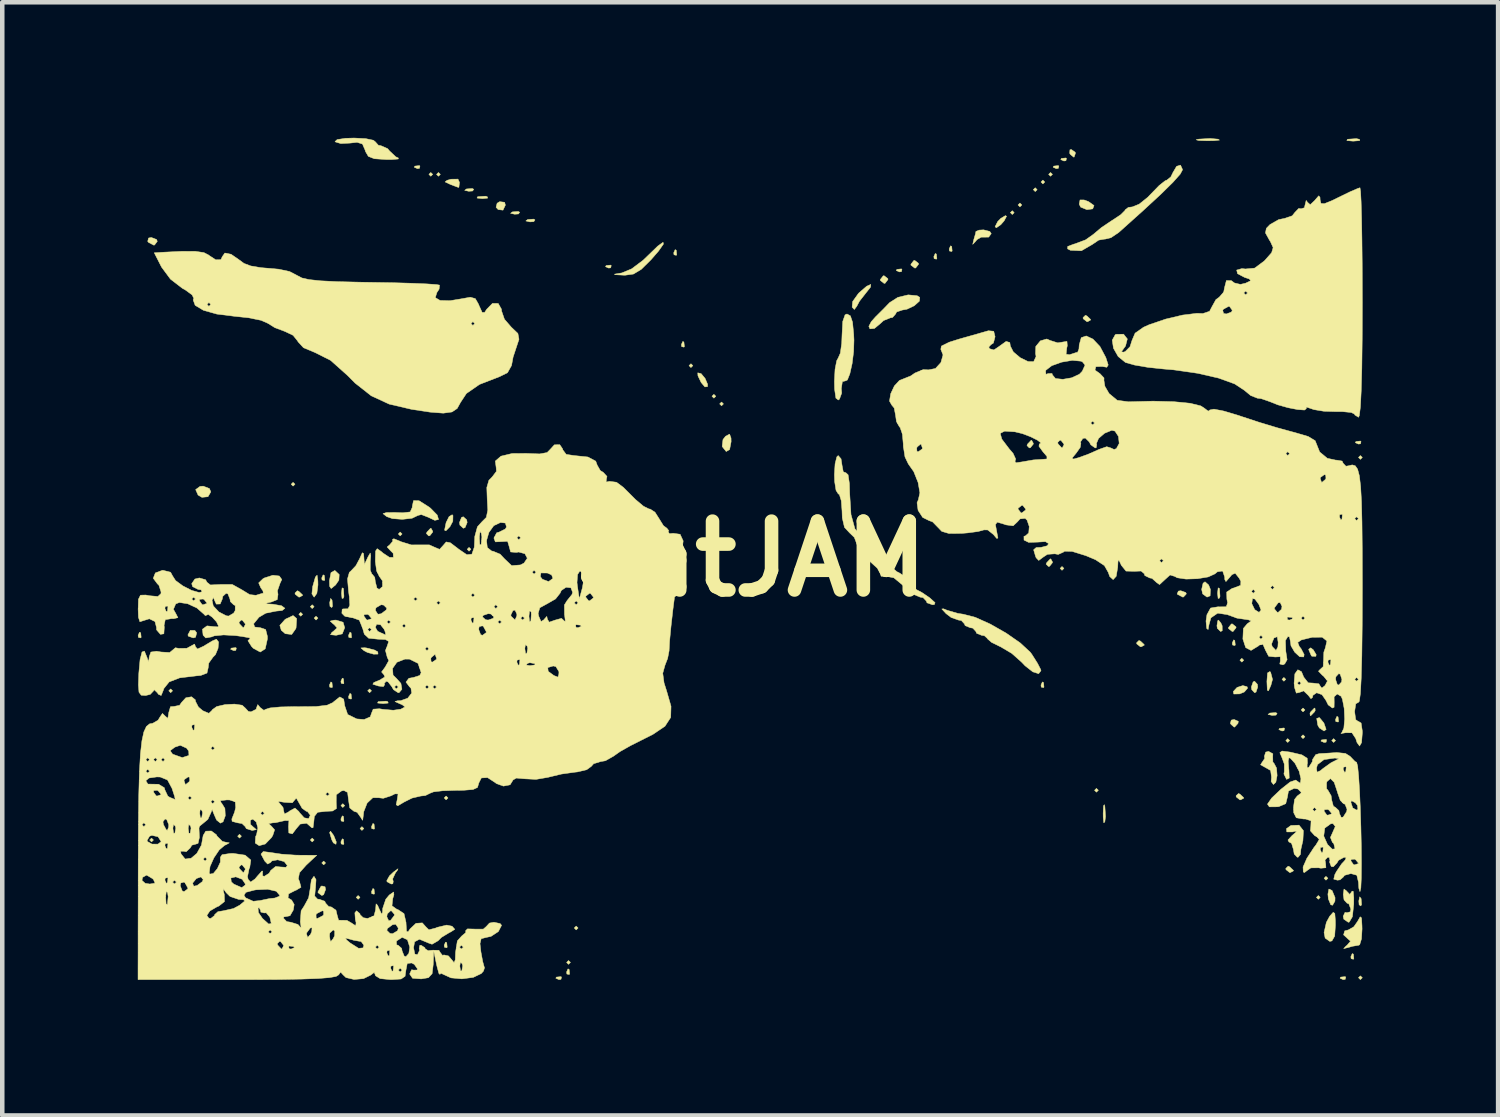
<source format=kicad_pcb>
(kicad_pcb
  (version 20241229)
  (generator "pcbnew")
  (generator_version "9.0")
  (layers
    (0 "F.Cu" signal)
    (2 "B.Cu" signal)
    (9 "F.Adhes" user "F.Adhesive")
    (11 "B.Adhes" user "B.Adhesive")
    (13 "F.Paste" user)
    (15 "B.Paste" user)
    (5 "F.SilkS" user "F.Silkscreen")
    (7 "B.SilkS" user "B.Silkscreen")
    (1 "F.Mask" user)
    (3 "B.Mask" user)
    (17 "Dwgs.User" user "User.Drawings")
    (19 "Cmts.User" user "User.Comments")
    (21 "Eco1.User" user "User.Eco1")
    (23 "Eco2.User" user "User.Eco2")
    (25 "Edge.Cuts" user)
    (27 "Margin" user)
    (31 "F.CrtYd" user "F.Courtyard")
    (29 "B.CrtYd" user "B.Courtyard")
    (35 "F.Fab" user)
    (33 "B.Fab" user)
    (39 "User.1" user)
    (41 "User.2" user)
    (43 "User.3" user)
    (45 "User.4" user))
  (footprint "catJAM"
    (layer "F.Cu")
    (at 13.554 9.318)
    (property "Reference" "catJAM" (at 0 0 0) (layer "F.SilkS") (effects (font (size 1.524 1.524) (thickness 0.3))))
    (attr through_hole)
    (fp_poly (pts (xy -13.208 6.223) (xy -13.25 6.265) (xy -13.293 6.223) (xy -13.25 6.181) (xy -13.208 6.223)) (stroke (width 0.01) (type solid)) (fill yes) (layer "F.SilkS"))
    (fp_poly (pts (xy -12.785 2.921) (xy -12.827 2.963) (xy -12.869 2.921) (xy -12.827 2.879) (xy -12.785 2.921)) (stroke (width 0.01) (type solid)) (fill yes) (layer "F.SilkS"))
    (fp_poly (pts (xy -11.261 6.138) (xy -11.303 6.181) (xy -11.345 6.138) (xy -11.303 6.096) (xy -11.261 6.138)) (stroke (width 0.01) (type solid)) (fill yes) (layer "F.SilkS"))
    (fp_poly (pts (xy -10.075 -1.651) (xy -10.118 -1.609) (xy -10.16 -1.651) (xy -10.118 -1.693) (xy -10.075 -1.651)) (stroke (width 0.01) (type solid)) (fill yes) (layer "F.SilkS"))
    (fp_poly (pts (xy -9.906 1.228) (xy -9.948 1.27) (xy -9.991 1.228) (xy -9.948 1.185) (xy -9.906 1.228)) (stroke (width 0.01) (type solid)) (fill yes) (layer "F.SilkS"))
    (fp_poly (pts (xy -9.652 1.058) (xy -9.694 1.101) (xy -9.737 1.058) (xy -9.694 1.016) (xy -9.652 1.058)) (stroke (width 0.01) (type solid)) (fill yes) (layer "F.SilkS"))
    (fp_poly (pts (xy -9.652 6.223) (xy -9.694 6.265) (xy -9.737 6.223) (xy -9.694 6.181) (xy -9.652 6.223)) (stroke (width 0.01) (type solid)) (fill yes) (layer "F.SilkS"))
    (fp_poly (pts (xy -9.567 1.312) (xy -9.61 1.355) (xy -9.652 1.312) (xy -9.61 1.27) (xy -9.567 1.312)) (stroke (width 0.01) (type solid)) (fill yes) (layer "F.SilkS"))
    (fp_poly (pts (xy -9.398 6.731) (xy -9.44 6.773) (xy -9.483 6.731) (xy -9.44 6.689) (xy -9.398 6.731)) (stroke (width 0.01) (type solid)) (fill yes) (layer "F.SilkS"))
    (fp_poly (pts (xy -8.975 5.461) (xy -9.017 5.503) (xy -9.059 5.461) (xy -9.017 5.419) (xy -8.975 5.461)) (stroke (width 0.01) (type solid)) (fill yes) (layer "F.SilkS"))
    (fp_poly (pts (xy -8.636 7.493) (xy -8.678 7.535) (xy -8.721 7.493) (xy -8.678 7.451) (xy -8.636 7.493)) (stroke (width 0.01) (type solid)) (fill yes) (layer "F.SilkS"))
    (fp_poly (pts (xy -8.551 5.969) (xy -8.594 6.011) (xy -8.636 5.969) (xy -8.594 5.927) (xy -8.551 5.969)) (stroke (width 0.01) (type solid)) (fill yes) (layer "F.SilkS"))
    (fp_poly (pts (xy -8.382 2.921) (xy -8.424 2.963) (xy -8.467 2.921) (xy -8.424 2.879) (xy -8.382 2.921)) (stroke (width 0.01) (type solid)) (fill yes) (layer "F.SilkS"))
    (fp_poly (pts (xy -7.705 -0.55) (xy -7.747 -0.508) (xy -7.789 -0.55) (xy -7.747 -0.593) (xy -7.705 -0.55)) (stroke (width 0.01) (type solid)) (fill yes) (layer "F.SilkS"))
    (fp_poly (pts (xy -7.027 -8.509) (xy -7.07 -8.467) (xy -7.112 -8.509) (xy -7.07 -8.551) (xy -7.027 -8.509)) (stroke (width 0.01) (type solid)) (fill yes) (layer "F.SilkS"))
    (fp_poly (pts (xy -6.858 -8.509) (xy -6.9 -8.467) (xy -6.943 -8.509) (xy -6.9 -8.551) (xy -6.858 -8.509)) (stroke (width 0.01) (type solid)) (fill yes) (layer "F.SilkS"))
    (fp_poly (pts (xy -6.689 5.292) (xy -6.731 5.334) (xy -6.773 5.292) (xy -6.731 5.249) (xy -6.689 5.292)) (stroke (width 0.01) (type solid)) (fill yes) (layer "F.SilkS"))
    (fp_poly (pts (xy -6.181 -0.212) (xy -6.223 -0.169) (xy -6.265 -0.212) (xy -6.223 -0.254) (xy -6.181 -0.212)) (stroke (width 0.01) (type solid)) (fill yes) (layer "F.SilkS"))
    (fp_poly (pts (xy -3.979 8.932) (xy -4.022 8.975) (xy -4.064 8.932) (xy -4.022 8.89) (xy -3.979 8.932)) (stroke (width 0.01) (type solid)) (fill yes) (layer "F.SilkS"))
    (fp_poly (pts (xy -3.81 8.17) (xy -3.852 8.213) (xy -3.895 8.17) (xy -3.852 8.128) (xy -3.81 8.17)) (stroke (width 0.01) (type solid)) (fill yes) (layer "F.SilkS"))
    (fp_poly (pts (xy -1.27 -4.276) (xy -1.312 -4.233) (xy -1.355 -4.276) (xy -1.312 -4.318) (xy -1.27 -4.276)) (stroke (width 0.01) (type solid)) (fill yes) (layer "F.SilkS"))
    (fp_poly (pts (xy -0.762 -3.598) (xy -0.804 -3.556) (xy -0.847 -3.598) (xy -0.804 -3.641) (xy -0.762 -3.598)) (stroke (width 0.01) (type solid)) (fill yes) (layer "F.SilkS"))
    (fp_poly (pts (xy -0.593 -3.429) (xy -0.635 -3.387) (xy -0.677 -3.429) (xy -0.635 -3.471) (xy -0.593 -3.429)) (stroke (width 0.01) (type solid)) (fill yes) (layer "F.SilkS"))
    (fp_poly (pts (xy 5.842 -7.662) (xy 5.8 -7.62) (xy 5.757 -7.662) (xy 5.8 -7.705) (xy 5.842 -7.662)) (stroke (width 0.01) (type solid)) (fill yes) (layer "F.SilkS"))
    (fp_poly (pts (xy 6.011 -7.832) (xy 5.969 -7.789) (xy 5.927 -7.832) (xy 5.969 -7.874) (xy 6.011 -7.832)) (stroke (width 0.01) (type solid)) (fill yes) (layer "F.SilkS"))
    (fp_poly (pts (xy 6.35 -8.17) (xy 6.308 -8.128) (xy 6.265 -8.17) (xy 6.308 -8.213) (xy 6.35 -8.17)) (stroke (width 0.01) (type solid)) (fill yes) (layer "F.SilkS"))
    (fp_poly (pts (xy 6.519 -8.34) (xy 6.477 -8.297) (xy 6.435 -8.34) (xy 6.477 -8.382) (xy 6.519 -8.34)) (stroke (width 0.01) (type solid)) (fill yes) (layer "F.SilkS"))
    (fp_poly (pts (xy 6.689 -8.509) (xy 6.646 -8.467) (xy 6.604 -8.509) (xy 6.646 -8.551) (xy 6.689 -8.509)) (stroke (width 0.01) (type solid)) (fill yes) (layer "F.SilkS"))
    (fp_poly (pts (xy 6.943 0.212) (xy 6.9 0.254) (xy 6.858 0.212) (xy 6.9 0.169) (xy 6.943 0.212)) (stroke (width 0.01) (type solid)) (fill yes) (layer "F.SilkS"))
    (fp_poly (pts (xy 7.705 5.122) (xy 7.662 5.165) (xy 7.62 5.122) (xy 7.662 5.08) (xy 7.705 5.122)) (stroke (width 0.01) (type solid)) (fill yes) (layer "F.SilkS"))
    (fp_poly (pts (xy 10.922 2.244) (xy 10.88 2.286) (xy 10.837 2.244) (xy 10.88 2.201) (xy 10.922 2.244)) (stroke (width 0.01) (type solid)) (fill yes) (layer "F.SilkS"))
    (fp_poly (pts (xy 11.853 2.667) (xy 11.811 2.709) (xy 11.769 2.667) (xy 11.811 2.625) (xy 11.853 2.667)) (stroke (width 0.01) (type solid)) (fill yes) (layer "F.SilkS"))
    (fp_poly (pts (xy 11.938 4.022) (xy 11.896 4.064) (xy 11.853 4.022) (xy 11.896 3.979) (xy 11.938 4.022)) (stroke (width 0.01) (type solid)) (fill yes) (layer "F.SilkS"))
    (fp_poly (pts (xy 12.277 3.344) (xy 12.234 3.387) (xy 12.192 3.344) (xy 12.234 3.302) (xy 12.277 3.344)) (stroke (width 0.01) (type solid)) (fill yes) (layer "F.SilkS"))
    (fp_poly (pts (xy 12.277 3.937) (xy 12.234 3.979) (xy 12.192 3.937) (xy 12.234 3.895) (xy 12.277 3.937)) (stroke (width 0.01) (type solid)) (fill yes) (layer "F.SilkS"))
    (fp_poly (pts (xy 12.615 7.493) (xy 12.573 7.535) (xy 12.531 7.493) (xy 12.573 7.451) (xy 12.615 7.493)) (stroke (width 0.01) (type solid)) (fill yes) (layer "F.SilkS"))
    (fp_poly (pts (xy 12.785 7.07) (xy 12.742 7.112) (xy 12.7 7.07) (xy 12.742 7.027) (xy 12.785 7.07)) (stroke (width 0.01) (type solid)) (fill yes) (layer "F.SilkS"))
    (fp_poly (pts (xy 12.954 4.022) (xy 12.912 4.064) (xy 12.869 4.022) (xy 12.912 3.979) (xy 12.954 4.022)) (stroke (width 0.01) (type solid)) (fill yes) (layer "F.SilkS"))
    (fp_poly (pts (xy 13.547 -2.244) (xy 13.504 -2.201) (xy 13.462 -2.244) (xy 13.504 -2.286) (xy 13.547 -2.244)) (stroke (width 0.01) (type solid)) (fill yes) (layer "F.SilkS"))
    (fp_poly (pts (xy 13.547 9.271) (xy 13.504 9.313) (xy 13.462 9.271) (xy 13.504 9.229) (xy 13.547 9.271)) (stroke (width 0.01) (type solid)) (fill yes) (layer "F.SilkS"))
    (fp_poly (pts (xy -13.49 1.637) (xy -13.48 1.737) (xy -13.49 1.75) (xy -13.541 1.738) (xy -13.547 1.693) (xy -13.516 1.624) (xy -13.49 1.637)) (stroke (width 0.01) (type solid)) (fill yes) (layer "F.SilkS"))
    (fp_poly (pts (xy -11.374 1.976) (xy -11.385 2.026) (xy -11.43 2.032) (xy -11.5 2.001) (xy -11.486 1.976) (xy -11.386 1.965) (xy -11.374 1.976)) (stroke (width 0.01) (type solid)) (fill yes) (layer "F.SilkS"))
    (fp_poly (pts (xy -9.426 0.367) (xy -9.416 0.467) (xy -9.426 0.48) (xy -9.477 0.468) (xy -9.483 0.423) (xy -9.452 0.354) (xy -9.426 0.367)) (stroke (width 0.01) (type solid)) (fill yes) (layer "F.SilkS"))
    (fp_poly (pts (xy -9.257 2.738) (xy -9.247 2.838) (xy -9.257 2.85) (xy -9.307 2.839) (xy -9.313 2.794) (xy -9.282 2.724) (xy -9.257 2.738)) (stroke (width 0.01) (type solid)) (fill yes) (layer "F.SilkS"))
    (fp_poly (pts (xy -9.255 0.915) (xy -9.245 1.048) (xy -9.262 1.078) (xy -9.301 1.052) (xy -9.307 0.967) (xy -9.286 0.876) (xy -9.255 0.915)) (stroke (width 0.01) (type solid)) (fill yes) (layer "F.SilkS"))
    (fp_poly (pts (xy -9.003 0.656) (xy -8.992 0.83) (xy -9.003 0.868) (xy -9.034 0.878) (xy -9.046 0.762) (xy -9.033 0.642) (xy -9.003 0.656)) (stroke (width 0.01) (type solid)) (fill yes) (layer "F.SilkS"))
    (fp_poly (pts (xy -9.003 2.653) (xy -8.993 2.753) (xy -9.003 2.766) (xy -9.053 2.754) (xy -9.059 2.709) (xy -9.028 2.64) (xy -9.003 2.653)) (stroke (width 0.01) (type solid)) (fill yes) (layer "F.SilkS"))
    (fp_poly (pts (xy -9.003 5.701) (xy -8.993 5.801) (xy -9.003 5.814) (xy -9.053 5.802) (xy -9.059 5.757) (xy -9.028 5.688) (xy -9.003 5.701)) (stroke (width 0.01) (type solid)) (fill yes) (layer "F.SilkS"))
    (fp_poly (pts (xy -9.003 6.209) (xy -8.993 6.309) (xy -9.003 6.322) (xy -9.053 6.31) (xy -9.059 6.265) (xy -9.028 6.196) (xy -9.003 6.209)) (stroke (width 0.01) (type solid)) (fill yes) (layer "F.SilkS"))
    (fp_poly (pts (xy -8.834 1.637) (xy -8.823 1.737) (xy -8.834 1.75) (xy -8.884 1.738) (xy -8.89 1.693) (xy -8.859 1.624) (xy -8.834 1.637)) (stroke (width 0.01) (type solid)) (fill yes) (layer "F.SilkS"))
    (fp_poly (pts (xy -8.834 2.992) (xy -8.823 3.092) (xy -8.834 3.104) (xy -8.884 3.093) (xy -8.89 3.048) (xy -8.859 2.978) (xy -8.834 2.992)) (stroke (width 0.01) (type solid)) (fill yes) (layer "F.SilkS"))
    (fp_poly (pts (xy -8.326 5.87) (xy -8.315 5.971) (xy -8.326 5.983) (xy -8.376 5.971) (xy -8.382 5.927) (xy -8.351 5.857) (xy -8.326 5.87)) (stroke (width 0.01) (type solid)) (fill yes) (layer "F.SilkS"))
    (fp_poly (pts (xy -8.326 7.31) (xy -8.315 7.41) (xy -8.326 7.422) (xy -8.376 7.411) (xy -8.382 7.366) (xy -8.351 7.296) (xy -8.326 7.31)) (stroke (width 0.01) (type solid)) (fill yes) (layer "F.SilkS"))
    (fp_poly (pts (xy -8.022 3.161) (xy -8.012 3.192) (xy -8.128 3.204) (xy -8.248 3.191) (xy -8.234 3.161) (xy -8.06 3.15) (xy -8.022 3.161)) (stroke (width 0.01) (type solid)) (fill yes) (layer "F.SilkS"))
    (fp_poly (pts (xy -7.31 -8.692) (xy -7.321 -8.642) (xy -7.366 -8.636) (xy -7.436 -8.667) (xy -7.422 -8.692) (xy -7.322 -8.703) (xy -7.31 -8.692)) (stroke (width 0.01) (type solid)) (fill yes) (layer "F.SilkS"))
    (fp_poly (pts (xy -6.717 8.495) (xy -6.707 8.595) (xy -6.717 8.608) (xy -6.767 8.596) (xy -6.773 8.551) (xy -6.742 8.482) (xy -6.717 8.495)) (stroke (width 0.01) (type solid)) (fill yes) (layer "F.SilkS"))
    (fp_poly (pts (xy -6.119 -8.179) (xy -6.144 -8.141) (xy -6.23 -8.135) (xy -6.32 -8.155) (xy -6.281 -8.186) (xy -6.149 -8.196) (xy -6.119 -8.179)) (stroke (width 0.01) (type solid)) (fill yes) (layer "F.SilkS"))
    (fp_poly (pts (xy -5.821 -8.015) (xy -5.81 -7.984) (xy -5.927 -7.972) (xy -6.047 -7.985) (xy -6.032 -8.015) (xy -5.859 -8.026) (xy -5.821 -8.015)) (stroke (width 0.01) (type solid)) (fill yes) (layer "F.SilkS"))
    (fp_poly (pts (xy -5.103 -7.671) (xy -5.128 -7.633) (xy -5.214 -7.627) (xy -5.304 -7.647) (xy -5.265 -7.678) (xy -5.133 -7.688) (xy -5.103 -7.671)) (stroke (width 0.01) (type solid)) (fill yes) (layer "F.SilkS"))
    (fp_poly (pts (xy -4.764 -7.502) (xy -4.79 -7.463) (xy -4.875 -7.457) (xy -4.966 -7.478) (xy -4.927 -7.509) (xy -4.794 -7.519) (xy -4.764 -7.502)) (stroke (width 0.01) (type solid)) (fill yes) (layer "F.SilkS"))
    (fp_poly (pts (xy -4.177 9.257) (xy -4.189 9.307) (xy -4.233 9.313) (xy -4.303 9.282) (xy -4.29 9.257) (xy -4.189 9.247) (xy -4.177 9.257)) (stroke (width 0.01) (type solid)) (fill yes) (layer "F.SilkS"))
    (fp_poly (pts (xy -4.008 9.088) (xy -3.997 9.188) (xy -4.008 9.2) (xy -4.058 9.189) (xy -4.064 9.144) (xy -4.033 9.074) (xy -4.008 9.088)) (stroke (width 0.01) (type solid)) (fill yes) (layer "F.SilkS"))
    (fp_poly (pts (xy -3.076 -6.491) (xy -3.088 -6.441) (xy -3.133 -6.435) (xy -3.202 -6.466) (xy -3.189 -6.491) (xy -3.089 -6.501) (xy -3.076 -6.491)) (stroke (width 0.01) (type solid)) (fill yes) (layer "F.SilkS"))
    (fp_poly (pts (xy -1.637 -6.83) (xy -1.627 -6.729) (xy -1.637 -6.717) (xy -1.687 -6.729) (xy -1.693 -6.773) (xy -1.662 -6.843) (xy -1.637 -6.83)) (stroke (width 0.01) (type solid)) (fill yes) (layer "F.SilkS"))
    (fp_poly (pts (xy -1.468 -4.798) (xy -1.457 -4.697) (xy -1.468 -4.685) (xy -1.518 -4.697) (xy -1.524 -4.741) (xy -1.493 -4.811) (xy -1.468 -4.798)) (stroke (width 0.01) (type solid)) (fill yes) (layer "F.SilkS"))
    (fp_poly (pts (xy 3.358 -6.406) (xy 3.347 -6.356) (xy 3.302 -6.35) (xy 3.232 -6.381) (xy 3.246 -6.406) (xy 3.346 -6.417) (xy 3.358 -6.406)) (stroke (width 0.01) (type solid)) (fill yes) (layer "F.SilkS"))
    (fp_poly (pts (xy 4.12 -6.745) (xy 4.131 -6.645) (xy 4.12 -6.632) (xy 4.07 -6.644) (xy 4.064 -6.689) (xy 4.095 -6.758) (xy 4.12 -6.745)) (stroke (width 0.01) (type solid)) (fill yes) (layer "F.SilkS"))
    (fp_poly (pts (xy 4.459 -6.914) (xy 4.469 -6.814) (xy 4.459 -6.802) (xy 4.409 -6.813) (xy 4.403 -6.858) (xy 4.434 -6.928) (xy 4.459 -6.914)) (stroke (width 0.01) (type solid)) (fill yes) (layer "F.SilkS"))
    (fp_poly (pts (xy 6.491 2.738) (xy 6.501 2.838) (xy 6.491 2.85) (xy 6.441 2.839) (xy 6.435 2.794) (xy 6.466 2.724) (xy 6.491 2.738)) (stroke (width 0.01) (type solid)) (fill yes) (layer "F.SilkS"))
    (fp_poly (pts (xy 6.83 -8.692) (xy 6.818 -8.642) (xy 6.773 -8.636) (xy 6.704 -8.667) (xy 6.717 -8.692) (xy 6.817 -8.703) (xy 6.83 -8.692)) (stroke (width 0.01) (type solid)) (fill yes) (layer "F.SilkS"))
    (fp_poly (pts (xy 6.999 -8.862) (xy 6.987 -8.811) (xy 6.943 -8.805) (xy 6.873 -8.836) (xy 6.886 -8.862) (xy 6.987 -8.872) (xy 6.999 -8.862)) (stroke (width 0.01) (type solid)) (fill yes) (layer "F.SilkS"))
    (fp_poly (pts (xy 10.385 0.656) (xy 10.397 0.83) (xy 10.385 0.868) (xy 10.355 0.878) (xy 10.343 0.762) (xy 10.356 0.642) (xy 10.385 0.656)) (stroke (width 0.01) (type solid)) (fill yes) (layer "F.SilkS"))
    (fp_poly (pts (xy 10.724 1.806) (xy 10.735 1.907) (xy 10.724 1.919) (xy 10.674 1.907) (xy 10.668 1.863) (xy 10.699 1.793) (xy 10.724 1.806)) (stroke (width 0.01) (type solid)) (fill yes) (layer "F.SilkS"))
    (fp_poly (pts (xy 11.661 3.42) (xy 11.636 3.459) (xy 11.55 3.465) (xy 11.46 3.444) (xy 11.499 3.413) (xy 11.631 3.403) (xy 11.661 3.42)) (stroke (width 0.01) (type solid)) (fill yes) (layer "F.SilkS"))
    (fp_poly (pts (xy 11.825 3.754) (xy 11.813 3.804) (xy 11.769 3.81) (xy 11.699 3.779) (xy 11.712 3.754) (xy 11.813 3.743) (xy 11.825 3.754)) (stroke (width 0.01) (type solid)) (fill yes) (layer "F.SilkS"))
    (fp_poly (pts (xy 12.756 4.008) (xy 12.745 4.058) (xy 12.7 4.064) (xy 12.63 4.033) (xy 12.644 4.008) (xy 12.744 3.997) (xy 12.756 4.008)) (stroke (width 0.01) (type solid)) (fill yes) (layer "F.SilkS"))
    (fp_poly (pts (xy 13.01 3.5) (xy 13.021 3.6) (xy 13.01 3.612) (xy 12.96 3.601) (xy 12.954 3.556) (xy 12.985 3.486) (xy 13.01 3.5)) (stroke (width 0.01) (type solid)) (fill yes) (layer "F.SilkS"))
    (fp_poly (pts (xy 13.18 9.257) (xy 13.168 9.307) (xy 13.123 9.313) (xy 13.054 9.282) (xy 13.067 9.257) (xy 13.167 9.247) (xy 13.18 9.257)) (stroke (width 0.01) (type solid)) (fill yes) (layer "F.SilkS"))
    (fp_poly (pts (xy 13.349 8.749) (xy 13.359 8.849) (xy 13.349 8.862) (xy 13.299 8.85) (xy 13.293 8.805) (xy 13.324 8.736) (xy 13.349 8.749)) (stroke (width 0.01) (type solid)) (fill yes) (layer "F.SilkS"))
    (fp_poly (pts (xy 13.518 -2.596) (xy 13.507 -2.546) (xy 13.462 -2.54) (xy 13.392 -2.571) (xy 13.406 -2.596) (xy 13.506 -2.607) (xy 13.518 -2.596)) (stroke (width 0.01) (type solid)) (fill yes) (layer "F.SilkS"))
    (fp_poly (pts (xy 13.52 7.519) (xy 13.53 7.652) (xy 13.513 7.682) (xy 13.475 7.656) (xy 13.469 7.571) (xy 13.489 7.48) (xy 13.52 7.519)) (stroke (width 0.01) (type solid)) (fill yes) (layer "F.SilkS"))
    (fp_poly (pts (xy -12.292 1.584) (xy -12.251 1.637) (xy -12.276 1.736) (xy -12.327 1.75) (xy -12.435 1.712) (xy -12.446 1.684) (xy -12.392 1.583) (xy -12.292 1.584)) (stroke (width 0.01) (type solid)) (fill yes) (layer "F.SilkS"))
    (fp_poly (pts (xy -9.218 6.124) (xy -9.162 6.264) (xy -9.168 6.318) (xy -9.226 6.287) (xy -9.261 6.22) (xy -9.309 6.059) (xy -9.289 6.027) (xy -9.218 6.124)) (stroke (width 0.01) (type solid)) (fill yes) (layer "F.SilkS"))
    (fp_poly (pts (xy -5.436 -7.891) (xy -5.419 -7.829) (xy -5.472 -7.717) (xy -5.579 -7.73) (xy -5.625 -7.78) (xy -5.602 -7.87) (xy -5.545 -7.905) (xy -5.436 -7.891)) (stroke (width 0.01) (type solid)) (fill yes) (layer "F.SilkS"))
    (fp_poly (pts (xy 12.696 3.633) (xy 12.746 3.776) (xy 12.7 3.81) (xy 12.595 3.742) (xy 12.56 3.679) (xy 12.537 3.532) (xy 12.597 3.513) (xy 12.696 3.633)) (stroke (width 0.01) (type solid)) (fill yes) (layer "F.SilkS"))
    (fp_poly (pts (xy -13.139 -7.068) (xy -13.123 -7.027) (xy -13.184 -6.945) (xy -13.203 -6.943) (xy -13.318 -7.004) (xy -13.335 -7.027) (xy -13.316 -7.1) (xy -13.255 -7.112) (xy -13.139 -7.068)) (stroke (width 0.01) (type solid)) (fill yes) (layer "F.SilkS"))
    (fp_poly (pts (xy -11.969 -1.556) (xy -11.938 -1.482) (xy -12.001 -1.375) (xy -12.135 -1.361) (xy -12.22 -1.411) (xy -12.274 -1.532) (xy -12.179 -1.602) (xy -12.107 -1.609) (xy -11.969 -1.556)) (stroke (width 0.01) (type solid)) (fill yes) (layer "F.SilkS"))
    (fp_poly (pts (xy -9.991 0.72) (xy -9.91 0.796) (xy -9.906 0.809) (xy -9.972 0.846) (xy -9.991 0.847) (xy -10.072 0.782) (xy -10.075 0.757) (xy -10.023 0.706) (xy -9.991 0.72)) (stroke (width 0.01) (type solid)) (fill yes) (layer "F.SilkS"))
    (fp_poly (pts (xy -9.41 7.258) (xy -9.398 7.319) (xy -9.442 7.435) (xy -9.483 7.451) (xy -9.565 7.39) (xy -9.567 7.371) (xy -9.506 7.256) (xy -9.483 7.239) (xy -9.41 7.258)) (stroke (width 0.01) (type solid)) (fill yes) (layer "F.SilkS"))
    (fp_poly (pts (xy -9.097 0.347) (xy -9.104 0.471) (xy -9.176 0.577) (xy -9.275 0.658) (xy -9.309 0.608) (xy -9.313 0.484) (xy -9.278 0.304) (xy -9.193 0.257) (xy -9.097 0.347)) (stroke (width 0.01) (type solid)) (fill yes) (layer "F.SilkS"))
    (fp_poly (pts (xy -7.028 -0.612) (xy -7.027 -0.593) (xy -7.092 -0.511) (xy -7.117 -0.508) (xy -7.168 -0.56) (xy -7.154 -0.593) (xy -7.078 -0.673) (xy -7.065 -0.677) (xy -7.028 -0.612)) (stroke (width 0.01) (type solid)) (fill yes) (layer "F.SilkS"))
    (fp_poly (pts (xy -6.579 -0.959) (xy -6.582 -0.832) (xy -6.646 -0.711) (xy -6.736 -0.62) (xy -6.765 -0.635) (xy -6.731 -0.803) (xy -6.665 -0.935) (xy -6.597 -0.976) (xy -6.579 -0.959)) (stroke (width 0.01) (type solid)) (fill yes) (layer "F.SilkS"))
    (fp_poly (pts (xy -6.275 -0.863) (xy -6.265 -0.804) (xy -6.311 -0.692) (xy -6.35 -0.677) (xy -6.425 -0.746) (xy -6.435 -0.804) (xy -6.389 -0.917) (xy -6.35 -0.931) (xy -6.275 -0.863)) (stroke (width 0.01) (type solid)) (fill yes) (layer "F.SilkS"))
    (fp_poly (pts (xy -1.087 -4.099) (xy -0.999 -3.993) (xy -0.944 -3.865) (xy -0.945 -3.812) (xy -1.003 -3.805) (xy -1.086 -3.902) (xy -1.157 -4.05) (xy -1.161 -4.117) (xy -1.087 -4.099)) (stroke (width 0.01) (type solid)) (fill yes) (layer "F.SilkS"))
    (fp_poly (pts (xy 3.046 -6.201) (xy 3.048 -6.181) (xy 2.984 -6.098) (xy 2.963 -6.096) (xy 2.881 -6.16) (xy 2.879 -6.181) (xy 2.943 -6.263) (xy 2.963 -6.265) (xy 3.046 -6.201)) (stroke (width 0.01) (type solid)) (fill yes) (layer "F.SilkS"))
    (fp_poly (pts (xy 3.723 -6.54) (xy 3.725 -6.519) (xy 3.661 -6.437) (xy 3.641 -6.435) (xy 3.558 -6.499) (xy 3.556 -6.519) (xy 3.62 -6.602) (xy 3.641 -6.604) (xy 3.723 -6.54)) (stroke (width 0.01) (type solid)) (fill yes) (layer "F.SilkS"))
    (fp_poly (pts (xy 5.673 -7.582) (xy 5.62 -7.481) (xy 5.546 -7.396) (xy 5.447 -7.327) (xy 5.419 -7.35) (xy 5.477 -7.465) (xy 5.546 -7.535) (xy 5.648 -7.596) (xy 5.673 -7.582)) (stroke (width 0.01) (type solid)) (fill yes) (layer "F.SilkS"))
    (fp_poly (pts (xy 6.264 -2.559) (xy 6.265 -2.54) (xy 6.2 -2.459) (xy 6.176 -2.455) (xy 6.125 -2.507) (xy 6.138 -2.54) (xy 6.214 -2.621) (xy 6.228 -2.625) (xy 6.264 -2.559)) (stroke (width 0.01) (type solid)) (fill yes) (layer "F.SilkS"))
    (fp_poly (pts (xy 6.688 0.066) (xy 6.689 0.085) (xy 6.624 0.166) (xy 6.599 0.169) (xy 6.548 0.117) (xy 6.562 0.085) (xy 6.638 0.004) (xy 6.651 0) (xy 6.688 0.066)) (stroke (width 0.01) (type solid)) (fill yes) (layer "F.SilkS"))
    (fp_poly (pts (xy 7.193 -8.998) (xy 7.197 -8.975) (xy 7.168 -8.892) (xy 7.159 -8.89) (xy 7.087 -8.949) (xy 7.07 -8.975) (xy 7.076 -9.053) (xy 7.107 -9.059) (xy 7.193 -8.998)) (stroke (width 0.01) (type solid)) (fill yes) (layer "F.SilkS"))
    (fp_poly (pts (xy 7.387 -7.943) (xy 7.486 -7.907) (xy 7.609 -7.82) (xy 7.58 -7.745) (xy 7.451 -7.728) (xy 7.313 -7.784) (xy 7.281 -7.85) (xy 7.299 -7.943) (xy 7.387 -7.943)) (stroke (width 0.01) (type solid)) (fill yes) (layer "F.SilkS"))
    (fp_poly (pts (xy 7.451 -5.376) (xy 7.531 -5.3) (xy 7.535 -5.287) (xy 7.47 -5.25) (xy 7.451 -5.249) (xy 7.369 -5.314) (xy 7.366 -5.339) (xy 7.418 -5.39) (xy 7.451 -5.376)) (stroke (width 0.01) (type solid)) (fill yes) (layer "F.SilkS"))
    (fp_poly (pts (xy 7.849 5.483) (xy 7.863 5.704) (xy 7.848 5.822) (xy 7.825 5.842) (xy 7.812 5.72) (xy 7.811 5.63) (xy 7.819 5.466) (xy 7.838 5.441) (xy 7.849 5.483)) (stroke (width 0.01) (type solid)) (fill yes) (layer "F.SilkS"))
    (fp_poly (pts (xy 8.636 1.82) (xy 8.717 1.896) (xy 8.721 1.91) (xy 8.655 1.946) (xy 8.636 1.947) (xy 8.555 1.882) (xy 8.551 1.858) (xy 8.603 1.807) (xy 8.636 1.82)) (stroke (width 0.01) (type solid)) (fill yes) (layer "F.SilkS"))
    (fp_poly (pts (xy 9.639 0.745) (xy 9.652 0.776) (xy 9.588 0.845) (xy 9.572 0.847) (xy 9.456 0.786) (xy 9.449 0.776) (xy 9.475 0.714) (xy 9.529 0.706) (xy 9.639 0.745)) (stroke (width 0.01) (type solid)) (fill yes) (layer "F.SilkS"))
    (fp_poly (pts (xy 10.145 0.578) (xy 10.185 0.677) (xy 10.178 0.819) (xy 10.11 0.847) (xy 10.013 0.776) (xy 9.991 0.677) (xy 10.022 0.54) (xy 10.065 0.508) (xy 10.145 0.578)) (stroke (width 0.01) (type solid)) (fill yes) (layer "F.SilkS"))
    (fp_poly (pts (xy 10.352 -9.288) (xy 10.386 -9.268) (xy 10.275 -9.256) (xy 10.118 -9.253) (xy 9.926 -9.259) (xy 9.869 -9.274) (xy 9.928 -9.289) (xy 10.179 -9.303) (xy 10.352 -9.288)) (stroke (width 0.01) (type solid)) (fill yes) (layer "F.SilkS"))
    (fp_poly (pts (xy 10.417 1.421) (xy 10.445 1.482) (xy 10.446 1.591) (xy 10.411 1.609) (xy 10.339 1.54) (xy 10.329 1.482) (xy 10.347 1.369) (xy 10.363 1.355) (xy 10.417 1.421)) (stroke (width 0.01) (type solid)) (fill yes) (layer "F.SilkS"))
    (fp_poly (pts (xy 10.75 1.504) (xy 10.753 1.524) (xy 10.688 1.606) (xy 10.668 1.609) (xy 10.586 1.544) (xy 10.583 1.524) (xy 10.648 1.442) (xy 10.668 1.439) (xy 10.75 1.504)) (stroke (width 0.01) (type solid)) (fill yes) (layer "F.SilkS"))
    (fp_poly (pts (xy 10.802 3.596) (xy 10.795 3.641) (xy 10.723 3.721) (xy 10.71 3.725) (xy 10.643 3.666) (xy 10.626 3.641) (xy 10.646 3.569) (xy 10.71 3.556) (xy 10.802 3.596)) (stroke (width 0.01) (type solid)) (fill yes) (layer "F.SilkS"))
    (fp_poly (pts (xy 10.837 5.207) (xy 10.918 5.283) (xy 10.922 5.297) (xy 10.856 5.333) (xy 10.837 5.334) (xy 10.756 5.269) (xy 10.753 5.244) (xy 10.805 5.194) (xy 10.837 5.207)) (stroke (width 0.01) (type solid)) (fill yes) (layer "F.SilkS"))
    (fp_poly (pts (xy 10.996 2.83) (xy 11.007 2.863) (xy 10.936 2.946) (xy 10.832 2.989) (xy 10.702 2.992) (xy 10.691 2.936) (xy 10.775 2.846) (xy 10.902 2.805) (xy 10.996 2.83)) (stroke (width 0.01) (type solid)) (fill yes) (layer "F.SilkS"))
    (fp_poly (pts (xy 11.225 2.778) (xy 11.232 2.836) (xy 11.194 2.949) (xy 11.162 2.963) (xy 11.099 2.895) (xy 11.091 2.836) (xy 11.13 2.724) (xy 11.162 2.709) (xy 11.225 2.778)) (stroke (width 0.01) (type solid)) (fill yes) (layer "F.SilkS"))
    (fp_poly (pts (xy 11.938 6.816) (xy 12.019 6.892) (xy 12.023 6.905) (xy 11.957 6.942) (xy 11.938 6.943) (xy 11.857 6.878) (xy 11.853 6.853) (xy 11.905 6.802) (xy 11.938 6.816)) (stroke (width 0.01) (type solid)) (fill yes) (layer "F.SilkS"))
    (fp_poly (pts (xy 12.462 2.014) (xy 12.526 2.121) (xy 12.518 2.158) (xy 12.43 2.155) (xy 12.418 2.145) (xy 12.362 2.015) (xy 12.361 2.001) (xy 12.404 1.969) (xy 12.462 2.014)) (stroke (width 0.01) (type solid)) (fill yes) (layer "F.SilkS"))
    (fp_poly (pts (xy 12.504 3.357) (xy 12.488 3.387) (xy 12.409 3.468) (xy 12.394 3.471) (xy 12.388 3.417) (xy 12.404 3.387) (xy 12.483 3.306) (xy 12.498 3.302) (xy 12.504 3.357)) (stroke (width 0.01) (type solid)) (fill yes) (layer "F.SilkS"))
    (fp_poly (pts (xy 12.877 7.34) (xy 12.943 7.497) (xy 12.941 7.576) (xy 12.888 7.667) (xy 12.848 7.656) (xy 12.795 7.526) (xy 12.785 7.42) (xy 12.807 7.307) (xy 12.877 7.34)) (stroke (width 0.01) (type solid)) (fill yes) (layer "F.SilkS"))
    (fp_poly (pts (xy 13.485 -9.284) (xy 13.488 -9.256) (xy 13.355 -9.245) (xy 13.335 -9.245) (xy 13.204 -9.257) (xy 13.216 -9.283) (xy 13.231 -9.287) (xy 13.415 -9.3) (xy 13.485 -9.284)) (stroke (width 0.01) (type solid)) (fill yes) (layer "F.SilkS"))
    (fp_poly (pts (xy -9.569 0.485) (xy -9.567 0.579) (xy -9.591 0.763) (xy -9.649 0.846) (xy -9.654 0.847) (xy -9.701 0.776) (xy -9.684 0.614) (xy -9.624 0.403) (xy -9.586 0.361) (xy -9.569 0.485)) (stroke (width 0.01) (type solid)) (fill yes) (layer "F.SilkS"))
    (fp_poly (pts (xy -8.49 1.973) (xy -8.315 2.018) (xy -8.243 2.058) (xy -8.238 2.108) (xy -8.335 2.11) (xy -8.474 2.071) (xy -8.551 2.03) (xy -8.616 1.972) (xy -8.532 1.968) (xy -8.49 1.973)) (stroke (width 0.01) (type solid)) (fill yes) (layer "F.SilkS"))
    (fp_poly (pts (xy -6.435 -8.332) (xy -6.447 -8.228) (xy -6.456 -8.219) (xy -6.541 -8.25) (xy -6.642 -8.289) (xy -6.753 -8.342) (xy -6.71 -8.377) (xy -6.621 -8.402) (xy -6.468 -8.404) (xy -6.435 -8.332)) (stroke (width 0.01) (type solid)) (fill yes) (layer "F.SilkS"))
    (fp_poly (pts (xy -0.425 -2.673) (xy -0.423 -2.593) (xy -0.456 -2.419) (xy -0.532 -2.375) (xy -0.616 -2.479) (xy -0.621 -2.491) (xy -0.603 -2.64) (xy -0.545 -2.714) (xy -0.457 -2.76) (xy -0.425 -2.673)) (stroke (width 0.01) (type solid)) (fill yes) (layer "F.SilkS"))
    (fp_poly (pts (xy 11.517 2.509) (xy 11.559 2.668) (xy 11.523 2.801) (xy 11.468 2.923) (xy 11.444 2.907) (xy 11.436 2.736) (xy 11.435 2.714) (xy 11.449 2.525) (xy 11.5 2.494) (xy 11.517 2.509)) (stroke (width 0.01) (type solid)) (fill yes) (layer "F.SilkS"))
    (fp_poly (pts (xy -10.038 1.322) (xy -10.051 1.523) (xy -10.057 1.545) (xy -10.148 1.674) (xy -10.291 1.657) (xy -10.379 1.581) (xy -10.411 1.473) (xy -10.3 1.347) (xy -10.28 1.332) (xy -10.117 1.255) (xy -10.038 1.322)) (stroke (width 0.01) (type solid)) (fill yes) (layer "F.SilkS"))
    (fp_poly (pts (xy -7.813 6.9) (xy -7.852 6.95) (xy -7.914 7.084) (xy -7.901 7.141) (xy -7.91 7.192) (xy -7.945 7.197) (xy -8.038 7.147) (xy -8.043 7.122) (xy -7.984 7.016) (xy -7.895 6.932) (xy -7.795 6.859) (xy -7.813 6.9)) (stroke (width 0.01) (type solid)) (fill yes) (layer "F.SilkS"))
    (fp_poly (pts (xy 2.662 -6.013) (xy 2.552 -5.874) (xy 2.419 -5.704) (xy 2.357 -5.588) (xy 2.304 -5.518) (xy 2.255 -5.57) (xy 2.267 -5.695) (xy 2.391 -5.869) (xy 2.414 -5.893) (xy 2.578 -6.034) (xy 2.668 -6.073) (xy 2.662 -6.013)) (stroke (width 0.01) (type solid)) (fill yes) (layer "F.SilkS"))
    (fp_poly (pts (xy 12.938 7.847) (xy 12.95 8.007) (xy 12.951 8.107) (xy 12.935 8.349) (xy 12.874 8.456) (xy 12.827 8.467) (xy 12.724 8.394) (xy 12.7 8.271) (xy 12.751 8.046) (xy 12.824 7.911) (xy 12.902 7.823) (xy 12.938 7.847)) (stroke (width 0.01) (type solid)) (fill yes) (layer "F.SilkS"))
    (fp_poly (pts (xy 5.302 -7.246) (xy 5.334 -7.197) (xy 5.277 -7.12) (xy 5.111 -7.119) (xy 5.021 -7.067) (xy 4.976 -7.013) (xy 4.924 -6.96) (xy 4.945 -7.055) (xy 4.987 -7.201) (xy 4.995 -7.246) (xy 5.067 -7.275) (xy 5.165 -7.281) (xy 5.302 -7.246)) (stroke (width 0.01) (type solid)) (fill yes) (layer "F.SilkS"))
    (fp_poly (pts (xy -9.011 1.403) (xy -8.975 1.524) (xy -9.029 1.661) (xy -9.165 1.692) (xy -9.289 1.679) (xy -9.259 1.628) (xy -9.229 1.607) (xy -9.144 1.528) (xy -9.212 1.452) (xy -9.229 1.441) (xy -9.296 1.378) (xy -9.212 1.357) (xy -9.165 1.356) (xy -9.011 1.403)) (stroke (width 0.01) (type solid)) (fill yes) (layer "F.SilkS"))
    (fp_poly (pts (xy -1.921 -6.966) (xy -2.03 -6.811) (xy -2.195 -6.621) (xy -2.41 -6.408) (xy -2.584 -6.303) (xy -2.77 -6.277) (xy -2.805 -6.278) (xy -2.987 -6.288) (xy -3.006 -6.3) (xy -2.87 -6.323) (xy -2.844 -6.327) (xy -2.626 -6.417) (xy -2.37 -6.609) (xy -2.269 -6.706) (xy -2.047 -6.921) (xy -1.929 -7.006) (xy -1.921 -6.966)) (stroke (width 0.01) (type solid)) (fill yes) (layer "F.SilkS"))
    (fp_poly (pts (xy 11.567 4.314) (xy 11.564 4.372) (xy 11.567 4.498) (xy 11.592 4.525) (xy 11.648 4.63) (xy 11.661 4.796) (xy 11.633 4.944) (xy 11.579 4.995) (xy 11.529 4.928) (xy 11.537 4.833) (xy 11.517 4.684) (xy 11.399 4.616) (xy 11.295 4.559) (xy 11.319 4.518) (xy 11.387 4.417) (xy 11.379 4.369) (xy 11.409 4.277) (xy 11.472 4.262) (xy 11.567 4.314)) (stroke (width 0.01) (type solid)) (fill yes) (layer "F.SilkS"))
    (fp_poly (pts (xy 13.529 7.947) (xy 13.539 8.117) (xy 13.541 8.191) (xy 13.528 8.411) (xy 13.489 8.539) (xy 13.469 8.551) (xy 13.328 8.575) (xy 13.236 8.602) (xy 13.134 8.626) (xy 13.181 8.574) (xy 13.208 8.553) (xy 13.285 8.462) (xy 13.229 8.411) (xy 13.132 8.322) (xy 13.157 8.234) (xy 13.237 8.213) (xy 13.358 8.144) (xy 13.443 8.022) (xy 13.5 7.922) (xy 13.529 7.947)) (stroke (width 0.01) (type solid)) (fill yes) (layer "F.SilkS"))
    (fp_poly (pts (xy 12.243 6.015) (xy 12.232 6.234) (xy 12.232 6.235) (xy 12.187 6.429) (xy 12.178 6.54) (xy 12.128 6.602) (xy 12.107 6.604) (xy 12.039 6.533) (xy 12.023 6.435) (xy 11.981 6.297) (xy 11.922 6.265) (xy 11.901 6.223) (xy 11.985 6.131) (xy 12.089 6.039) (xy 12.059 6.028) (xy 12.002 6.044) (xy 11.875 6.044) (xy 11.867 5.972) (xy 11.967 5.901) (xy 12.146 5.894) (xy 12.243 6.015)) (stroke (width 0.01) (type solid)) (fill yes) (layer "F.SilkS"))
    (fp_poly (pts (xy 3.694 -5.823) (xy 3.752 -5.787) (xy 3.744 -5.703) (xy 3.631 -5.602) (xy 3.47 -5.525) (xy 3.365 -5.506) (xy 3.24 -5.464) (xy 3.217 -5.419) (xy 3.15 -5.342) (xy 3.101 -5.334) (xy 2.952 -5.274) (xy 2.879 -5.207) (xy 2.749 -5.099) (xy 2.649 -5.09) (xy 2.625 -5.146) (xy 2.679 -5.249) (xy 2.773 -5.355) (xy 2.95 -5.531) (xy 3.084 -5.67) (xy 3.267 -5.787) (xy 3.496 -5.842) (xy 3.694 -5.823)) (stroke (width 0.01) (type solid)) (fill yes) (layer "F.SilkS"))
    (fp_poly (pts (xy 13.193 7.346) (xy 13.199 7.354) (xy 13.269 7.427) (xy 13.321 7.354) (xy 13.346 7.36) (xy 13.358 7.502) (xy 13.357 7.641) (xy 13.327 7.921) (xy 13.257 8.039) (xy 13.235 8.043) (xy 13.137 7.975) (xy 13.123 7.911) (xy 13.164 7.824) (xy 13.208 7.832) (xy 13.28 7.812) (xy 13.293 7.752) (xy 13.248 7.636) (xy 13.208 7.62) (xy 13.142 7.548) (xy 13.125 7.429) (xy 13.141 7.309) (xy 13.193 7.346)) (stroke (width 0.01) (type solid)) (fill yes) (layer "F.SilkS"))
    (fp_poly (pts (xy -7.33 -1.286) (xy -7.111 -1.148) (xy -7.076 -1.121) (xy -6.927 -0.969) (xy -6.898 -0.87) (xy -6.981 -0.852) (xy -7.127 -0.921) (xy -7.279 -0.98) (xy -7.356 -0.96) (xy -7.485 -0.898) (xy -7.699 -0.874) (xy -7.92 -0.891) (xy -8.046 -0.935) (xy -8.127 -1) (xy -8.057 -1.023) (xy -8.043 -1.024) (xy -7.863 -1.026) (xy -7.692 -1.019) (xy -7.525 -1.038) (xy -7.479 -1.141) (xy -7.48 -1.159) (xy -7.452 -1.289) (xy -7.33 -1.286)) (stroke (width 0.01) (type solid)) (fill yes) (layer "F.SilkS"))
    (fp_poly (pts (xy -8.511 -9.3) (xy -8.34 -9.264) (xy -8.297 -9.229) (xy -8.229 -9.153) (xy -8.175 -9.144) (xy -8.026 -9.079) (xy -7.984 -9.029) (xy -7.845 -8.898) (xy -7.789 -8.872) (xy -7.789 -8.849) (xy -7.926 -8.838) (xy -8.068 -8.838) (xy -8.32 -8.855) (xy -8.452 -8.907) (xy -8.515 -9.015) (xy -8.524 -9.047) (xy -8.582 -9.181) (xy -8.701 -9.218) (xy -8.858 -9.201) (xy -9.062 -9.191) (xy -9.184 -9.228) (xy -9.19 -9.234) (xy -9.142 -9.279) (xy -8.961 -9.307) (xy -8.768 -9.313) (xy -8.511 -9.3)) (stroke (width 0.01) (type solid)) (fill yes) (layer "F.SilkS"))
    (fp_poly (pts (xy 2.217 -5.378) (xy 2.264 -5.238) (xy 2.29 -4.969) (xy 2.296 -4.84) (xy 2.288 -4.584) (xy 2.255 -4.32) (xy 2.205 -4.096) (xy 2.15 -3.958) (xy 2.111 -3.94) (xy 2.039 -3.922) (xy 2.016 -3.767) (xy 2.024 -3.668) (xy 1.975 -3.535) (xy 1.95 -3.515) (xy 1.896 -3.557) (xy 1.867 -3.754) (xy 1.863 -3.927) (xy 1.877 -4.194) (xy 1.914 -4.385) (xy 1.947 -4.445) (xy 1.994 -4.552) (xy 2.025 -4.773) (xy 2.032 -4.958) (xy 2.048 -5.256) (xy 2.099 -5.4) (xy 2.141 -5.419) (xy 2.217 -5.378)) (stroke (width 0.01) (type solid)) (fill yes) (layer "F.SilkS"))
    (fp_poly (pts (xy 4.36 1.139) (xy 4.592 1.207) (xy 4.716 1.226) (xy 4.979 1.294) (xy 5.313 1.444) (xy 5.664 1.644) (xy 5.977 1.862) (xy 6.198 2.067) (xy 6.231 2.111) (xy 6.357 2.31) (xy 6.429 2.45) (xy 6.435 2.475) (xy 6.383 2.542) (xy 6.254 2.501) (xy 6.084 2.368) (xy 6.011 2.291) (xy 5.789 2.093) (xy 5.538 1.945) (xy 5.524 1.939) (xy 5.341 1.849) (xy 5.251 1.771) (xy 5.249 1.762) (xy 5.181 1.701) (xy 5.122 1.693) (xy 5.01 1.648) (xy 4.995 1.609) (xy 4.927 1.534) (xy 4.868 1.524) (xy 4.756 1.478) (xy 4.741 1.439) (xy 4.672 1.365) (xy 4.608 1.355) (xy 4.447 1.298) (xy 4.333 1.211) (xy 4.24 1.11) (xy 4.277 1.106) (xy 4.36 1.139)) (stroke (width 0.01) (type solid)) (fill yes) (layer "F.SilkS"))
    (fp_poly (pts (xy 9.567 -8.617) (xy 9.567 -8.609) (xy 9.516 -8.514) (xy 9.358 -8.336) (xy 9.088 -8.07) (xy 8.698 -7.71) (xy 8.184 -7.249) (xy 8.155 -7.223) (xy 7.983 -7.107) (xy 7.849 -7.075) (xy 7.843 -7.077) (xy 7.712 -7.054) (xy 7.572 -6.959) (xy 7.329 -6.818) (xy 7.086 -6.829) (xy 7.024 -6.86) (xy 7.026 -6.914) (xy 7.164 -6.966) (xy 7.183 -6.97) (xy 7.423 -7.06) (xy 7.592 -7.18) (xy 7.774 -7.333) (xy 8.005 -7.488) (xy 8.022 -7.498) (xy 8.201 -7.617) (xy 8.294 -7.71) (xy 8.297 -7.723) (xy 8.368 -7.778) (xy 8.458 -7.789) (xy 8.608 -7.85) (xy 8.798 -8.002) (xy 8.879 -8.086) (xy 9.05 -8.262) (xy 9.184 -8.368) (xy 9.22 -8.382) (xy 9.308 -8.452) (xy 9.356 -8.551) (xy 9.436 -8.687) (xy 9.523 -8.714) (xy 9.567 -8.617)) (stroke (width 0.01) (type solid)) (fill yes) (layer "F.SilkS"))
    (fp_poly (pts (xy -11.766 1.841) (xy -11.778 1.981) (xy -11.836 2.121) (xy -11.89 2.176) (xy -11.984 2.308) (xy -11.996 2.409) (xy -12.023 2.528) (xy -12.161 2.581) (xy -12.252 2.589) (xy -12.627 2.634) (xy -12.86 2.724) (xy -12.977 2.87) (xy -12.986 2.899) (xy -13.037 3.025) (xy -13.097 2.999) (xy -13.122 2.963) (xy -13.191 2.897) (xy -13.207 2.924) (xy -13.279 3) (xy -13.382 3.025) (xy -13.479 3.018) (xy -13.528 2.952) (xy -13.541 2.79) (xy -13.532 2.535) (xy -13.504 2.23) (xy -13.461 2.062) (xy -13.408 2.042) (xy -13.351 2.18) (xy -13.319 2.277) (xy -13.305 2.21) (xy -13.302 2.17) (xy -13.265 2.063) (xy -13.14 2.045) (xy -13.039 2.062) (xy -12.848 2.073) (xy -12.785 2.021) (xy -12.722 1.968) (xy -12.647 1.982) (xy -12.468 1.979) (xy -12.393 1.938) (xy -12.297 1.886) (xy -12.277 1.947) (xy -12.233 1.996) (xy -12.089 1.929) (xy -12.068 1.915) (xy -11.905 1.817) (xy -11.814 1.778) (xy -11.766 1.841)) (stroke (width 0.01) (type solid)) (fill yes) (layer "F.SilkS"))
    (fp_poly (pts (xy 2.01 -2.213) (xy 2.032 -2.069) (xy 2.059 -1.925) (xy 2.117 -1.905) (xy 2.166 -1.86) (xy 2.195 -1.665) (xy 2.201 -1.45) (xy 2.23 -0.981) (xy 2.317 -0.664) (xy 2.466 -0.492) (xy 2.514 -0.47) (xy 2.651 -0.372) (xy 2.823 -0.184) (xy 2.906 -0.072) (xy 3.078 0.139) (xy 3.244 0.284) (xy 3.308 0.316) (xy 3.442 0.403) (xy 3.471 0.478) (xy 3.541 0.605) (xy 3.619 0.652) (xy 3.796 0.743) (xy 3.97 0.861) (xy 4.091 0.97) (xy 4.074 1.013) (xy 4.033 1.016) (xy 3.913 0.974) (xy 3.895 0.931) (xy 3.826 0.858) (xy 3.759 0.847) (xy 3.619 0.788) (xy 3.437 0.644) (xy 3.386 0.592) (xy 3.179 0.42) (xy 3.019 0.388) (xy 3.014 0.39) (xy 2.898 0.385) (xy 2.878 0.327) (xy 2.813 0.207) (xy 2.654 0.063) (xy 2.625 0.042) (xy 2.452 -0.118) (xy 2.372 -0.282) (xy 2.371 -0.297) (xy 2.304 -0.474) (xy 2.201 -0.573) (xy 2.086 -0.696) (xy 2.037 -0.906) (xy 2.032 -1.059) (xy 2.015 -1.286) (xy 1.973 -1.422) (xy 1.947 -1.439) (xy 1.899 -1.515) (xy 1.868 -1.71) (xy 1.863 -1.863) (xy 1.878 -2.104) (xy 1.917 -2.257) (xy 1.947 -2.286) (xy 2.01 -2.213)) (stroke (width 0.01) (type solid)) (fill yes) (layer "F.SilkS"))
    (fp_poly (pts (xy -12.279 -6.805) (xy -12.092 -6.778) (xy -11.985 -6.723) (xy -11.977 -6.715) (xy -11.829 -6.618) (xy -11.715 -6.621) (xy -11.684 -6.689) (xy -11.628 -6.768) (xy -11.49 -6.741) (xy -11.322 -6.625) (xy -11.205 -6.539) (xy -11.054 -6.482) (xy -10.826 -6.444) (xy -10.477 -6.414) (xy -10.438 -6.411) (xy -10.196 -6.359) (xy -10.015 -6.265) (xy -9.922 -6.216) (xy -9.761 -6.18) (xy -9.509 -6.153) (xy -9.143 -6.135) (xy -8.641 -6.123) (xy -8.391 -6.119) (xy -7.909 -6.111) (xy -7.489 -6.099) (xy -7.158 -6.085) (xy -6.944 -6.07) (xy -6.876 -6.058) (xy -6.886 -5.968) (xy -6.935 -5.894) (xy -6.97 -5.781) (xy -6.865 -5.719) (xy -6.646 -5.713) (xy -6.408 -5.752) (xy -6.195 -5.79) (xy -6.084 -5.759) (xy -6.013 -5.635) (xy -6 -5.601) (xy -5.933 -5.454) (xy -5.879 -5.453) (xy -5.832 -5.524) (xy -5.704 -5.654) (xy -5.577 -5.652) (xy -5.506 -5.526) (xy -5.503 -5.485) (xy -5.44 -5.303) (xy -5.288 -5.127) (xy -5.286 -5.125) (xy -5.142 -4.988) (xy -5.118 -4.859) (xy -5.171 -4.698) (xy -5.248 -4.465) (xy -5.283 -4.278) (xy -5.372 -4.119) (xy -5.546 -4.033) (xy -5.992 -3.86) (xy -6.282 -3.659) (xy -6.413 -3.46) (xy -6.486 -3.327) (xy -6.602 -3.25) (xy -6.793 -3.224) (xy -7.088 -3.247) (xy -7.496 -3.309) (xy -7.992 -3.425) (xy -8.388 -3.608) (xy -8.746 -3.89) (xy -8.908 -4.054) (xy -9.288 -4.393) (xy -9.635 -4.567) (xy -9.64 -4.569) (xy -9.887 -4.672) (xy -10.01 -4.806) (xy -10.012 -4.815) (xy -10.118 -4.947) (xy -10.297 -5.032) (xy -10.523 -5.117) (xy -10.665 -5.207) (xy -6.181 -5.207) (xy -6.138 -5.165) (xy -6.096 -5.207) (xy -6.138 -5.249) (xy -6.181 -5.207) (xy -10.665 -5.207) (xy -10.672 -5.211) (xy -10.826 -5.279) (xy -11.102 -5.335) (xy -11.422 -5.369) (xy -11.806 -5.417) (xy -12.102 -5.501) (xy -12.284 -5.61) (xy -12.292 -5.63) (xy -12.023 -5.63) (xy -11.98 -5.588) (xy -11.938 -5.63) (xy -11.98 -5.673) (xy -12.023 -5.63) (xy -12.292 -5.63) (xy -12.329 -5.731) (xy -12.314 -5.765) (xy -12.354 -5.843) (xy -12.505 -5.953) (xy -12.569 -5.988) (xy -12.832 -6.191) (xy -13.029 -6.457) (xy -13.19 -6.773) (xy -13.008 -6.785) (xy -12.574 -6.806) (xy -12.279 -6.805)) (stroke (width 0.01) (type solid)) (fill yes) (layer "F.SilkS"))
    (fp_poly (pts (xy 13.508 -8.131) (xy 13.52 -7.902) (xy 13.53 -7.544) (xy 13.538 -7.079) (xy 13.544 -6.527) (xy 13.546 -5.91) (xy 13.547 -5.673) (xy 13.544 -4.874) (xy 13.536 -4.219) (xy 13.522 -3.713) (xy 13.504 -3.361) (xy 13.48 -3.169) (xy 13.462 -3.133) (xy 13.38 -3.185) (xy 13.377 -3.202) (xy 13.302 -3.239) (xy 13.109 -3.258) (xy 12.975 -3.258) (xy 12.699 -3.266) (xy 12.474 -3.303) (xy 12.415 -3.324) (xy 12.304 -3.361) (xy 12.306 -3.323) (xy 12.267 -3.293) (xy 12.115 -3.304) (xy 11.903 -3.345) (xy 11.679 -3.408) (xy 11.495 -3.481) (xy 11.306 -3.546) (xy 11.223 -3.556) (xy 11.076 -3.614) (xy 10.935 -3.731) (xy 10.72 -3.872) (xy 10.366 -4) (xy 9.905 -4.106) (xy 9.367 -4.183) (xy 9.144 -4.202) (xy 8.803 -4.238) (xy 8.505 -4.289) (xy 8.311 -4.344) (xy 8.303 -4.347) (xy 8.143 -4.478) (xy 8.039 -4.661) (xy 8.012 -4.84) (xy 8.078 -4.96) (xy 8.097 -4.969) (xy 8.263 -4.972) (xy 8.346 -4.867) (xy 8.306 -4.71) (xy 8.29 -4.689) (xy 8.215 -4.584) (xy 8.258 -4.574) (xy 8.297 -4.586) (xy 8.405 -4.694) (xy 8.449 -4.833) (xy 8.518 -4.995) (xy 8.705 -5.126) (xy 8.83 -5.182) (xy 9.198 -5.307) (xy 9.57 -5.395) (xy 9.886 -5.434) (xy 10.018 -5.429) (xy 10.167 -5.479) (xy 10.179 -5.503) (xy 10.456 -5.503) (xy 10.476 -5.431) (xy 10.536 -5.419) (xy 10.652 -5.463) (xy 10.668 -5.503) (xy 10.607 -5.586) (xy 10.588 -5.588) (xy 10.474 -5.526) (xy 10.456 -5.503) (xy 10.179 -5.503) (xy 10.217 -5.576) (xy 10.306 -5.737) (xy 10.38 -5.791) (xy 10.461 -5.884) (xy 10.922 -5.884) (xy 10.964 -5.842) (xy 11.007 -5.884) (xy 10.964 -5.927) (xy 10.922 -5.884) (xy 10.461 -5.884) (xy 10.478 -5.903) (xy 10.499 -6.009) (xy 10.538 -6.159) (xy 10.648 -6.157) (xy 10.715 -6.106) (xy 10.849 -6.074) (xy 10.964 -6.101) (xy 11.079 -6.157) (xy 11.042 -6.196) (xy 10.943 -6.228) (xy 10.785 -6.311) (xy 10.766 -6.391) (xy 10.882 -6.424) (xy 10.96 -6.415) (xy 11.163 -6.434) (xy 11.374 -6.59) (xy 11.396 -6.613) (xy 11.539 -6.775) (xy 11.573 -6.888) (xy 11.514 -7.018) (xy 11.489 -7.057) (xy 11.403 -7.213) (xy 11.423 -7.316) (xy 11.504 -7.399) (xy 11.696 -7.508) (xy 11.83 -7.535) (xy 11.995 -7.592) (xy 12.055 -7.668) (xy 12.139 -7.755) (xy 12.191 -7.747) (xy 12.264 -7.77) (xy 12.283 -7.848) (xy 12.304 -7.933) (xy 12.334 -7.891) (xy 12.394 -7.838) (xy 12.494 -7.932) (xy 12.494 -7.933) (xy 12.582 -8.035) (xy 12.61 -8.001) (xy 12.613 -7.941) (xy 12.631 -7.866) (xy 12.706 -7.86) (xy 12.873 -7.927) (xy 13.03 -8.004) (xy 13.268 -8.12) (xy 13.441 -8.195) (xy 13.495 -8.213) (xy 13.508 -8.131)) (stroke (width 0.01) (type solid)) (fill yes) (layer "F.SilkS"))
    (fp_poly (pts (xy -12.828 0.297) (xy -12.785 0.377) (xy -12.718 0.481) (xy -12.557 0.599) (xy -12.363 0.698) (xy -12.198 0.745) (xy -12.133 0.731) (xy -12.153 0.686) (xy -12.22 0.677) (xy -12.341 0.615) (xy -12.361 0.55) (xy -12.291 0.447) (xy -12.192 0.423) (xy -12.054 0.463) (xy -12.023 0.519) (xy -11.947 0.578) (xy -11.732 0.568) (xy -11.462 0.568) (xy -11.25 0.686) (xy -11.077 0.792) (xy -10.941 0.807) (xy -10.807 0.766) (xy -10.778 0.762) (xy -10.784 0.71) (xy -10.832 0.641) (xy -10.879 0.533) (xy -10.784 0.441) (xy -10.752 0.423) (xy -10.565 0.363) (xy -10.422 0.38) (xy -10.367 0.458) (xy -10.406 0.541) (xy -10.464 0.708) (xy -10.451 0.787) (xy -10.468 0.903) (xy -10.598 0.955) (xy -10.722 0.983) (xy -10.689 0.997) (xy -10.567 1.004) (xy -10.373 1.038) (xy -10.298 1.094) (xy -10.358 1.143) (xy -10.494 1.157) (xy -10.722 1.203) (xy -10.872 1.292) (xy -10.991 1.438) (xy -10.967 1.509) (xy -10.843 1.524) (xy -10.724 1.565) (xy -10.686 1.716) (xy -10.686 1.774) (xy -10.734 1.992) (xy -10.845 2.063) (xy -10.999 1.979) (xy -11.036 1.94) (xy -11.117 1.811) (xy -11.069 1.765) (xy -11.083 1.748) (xy -11.23 1.721) (xy -11.388 1.699) (xy -11.655 1.684) (xy -11.861 1.704) (xy -11.923 1.728) (xy -12.051 1.751) (xy -12.109 1.69) (xy -12.124 1.558) (xy -12.022 1.484) (xy -11.882 1.499) (xy -11.781 1.506) (xy -11.769 1.485) (xy -11.806 1.407) (xy -11.316 1.407) (xy -11.303 1.439) (xy -11.227 1.52) (xy -11.213 1.524) (xy -11.177 1.458) (xy -11.176 1.439) (xy -11.241 1.358) (xy -11.266 1.355) (xy -11.316 1.407) (xy -11.806 1.407) (xy -11.812 1.395) (xy -11.905 1.293) (xy -11.994 1.229) (xy -12.024 1.243) (xy -12.061 1.257) (xy -12.087 1.228) (xy -12.245 1.089) (xy -12.449 0.994) (xy -12.635 0.966) (xy -12.715 0.997) (xy -12.766 1.117) (xy -12.712 1.213) (xy -12.666 1.302) (xy -12.759 1.324) (xy -12.805 1.323) (xy -12.946 1.346) (xy -12.973 1.471) (xy -12.968 1.512) (xy -12.977 1.659) (xy -13.053 1.671) (xy -13.14 1.571) (xy -13.14 1.521) (xy -13.174 1.388) (xy -13.299 1.327) (xy -13.438 1.37) (xy -13.508 1.393) (xy -13.54 1.294) (xy -13.547 1.113) (xy -13.546 1.101) (xy -12.954 1.101) (xy -12.923 1.17) (xy -12.898 1.157) (xy -12.887 1.057) (xy -12.898 1.044) (xy -12.948 1.056) (xy -12.954 1.101) (xy -13.546 1.101) (xy -13.54 0.895) (xy -13.537 0.889) (xy -12.361 0.889) (xy -12.319 0.931) (xy -12.314 0.926) (xy -12.192 0.926) (xy -12.131 1.013) (xy -12.107 1.016) (xy -12.025 0.987) (xy -12.023 0.979) (xy -12.074 0.916) (xy -11.911 0.916) (xy -11.884 1.042) (xy -11.759 1.176) (xy -11.596 1.26) (xy -11.545 1.267) (xy -11.433 1.202) (xy -11.399 1.143) (xy -11.398 1.034) (xy -11.433 1.016) (xy -11.505 0.947) (xy -11.515 0.889) (xy -11.56 0.776) (xy -11.599 0.762) (xy -11.674 0.831) (xy -11.684 0.889) (xy -11.731 0.999) (xy -11.817 1.002) (xy -11.86 0.91) (xy -11.879 0.854) (xy -11.911 0.916) (xy -12.074 0.916) (xy -12.082 0.906) (xy -12.107 0.889) (xy -12.185 0.896) (xy -12.192 0.926) (xy -12.314 0.926) (xy -12.277 0.889) (xy -12.319 0.847) (xy -12.361 0.889) (xy -13.537 0.889) (xy -13.495 0.804) (xy -13.377 0.801) (xy -13.293 0.817) (xy -13.109 0.833) (xy -13.042 0.771) (xy -13.039 0.735) (xy -13.086 0.587) (xy -13.123 0.55) (xy -13.212 0.43) (xy -13.166 0.312) (xy -13.01 0.254) (xy -12.996 0.254) (xy -12.828 0.297)) (stroke (width 0.01) (type solid)) (fill yes) (layer "F.SilkS"))
    (fp_poly (pts (xy 11.948 4.277) (xy 12.208 4.338) (xy 12.327 4.413) (xy 12.333 4.521) (xy 12.326 4.543) (xy 12.325 4.623) (xy 12.362 4.614) (xy 12.439 4.492) (xy 12.446 4.44) (xy 12.516 4.333) (xy 12.594 4.311) (xy 12.791 4.3) (xy 12.981 4.287) (xy 13.174 4.307) (xy 13.277 4.372) (xy 13.386 4.486) (xy 13.42 4.502) (xy 13.443 4.588) (xy 13.465 4.808) (xy 13.485 5.128) (xy 13.502 5.515) (xy 13.515 5.936) (xy 13.524 6.357) (xy 13.527 6.743) (xy 13.524 7.063) (xy 13.514 7.282) (xy 13.495 7.366) (xy 13.494 7.366) (xy 13.47 7.293) (xy 13.462 7.16) (xy 13.425 7.002) (xy 13.294 6.966) (xy 13.293 6.966) (xy 13.155 7.004) (xy 13.123 7.045) (xy 13.054 7.104) (xy 12.996 7.112) (xy 12.914 7.089) (xy 12.938 6.989) (xy 12.974 6.921) (xy 13.088 6.752) (xy 13.152 6.684) (xy 13.293 6.684) (xy 13.354 6.77) (xy 13.377 6.773) (xy 13.46 6.744) (xy 13.462 6.736) (xy 13.403 6.664) (xy 13.377 6.646) (xy 13.299 6.653) (xy 13.293 6.684) (xy 13.152 6.684) (xy 13.166 6.669) (xy 13.189 6.613) (xy 13.142 6.605) (xy 13.02 6.672) (xy 12.985 6.731) (xy 12.904 6.816) (xy 12.859 6.809) (xy 12.82 6.708) (xy 12.831 6.683) (xy 12.815 6.61) (xy 12.781 6.604) (xy 12.721 6.666) (xy 12.734 6.741) (xy 12.741 6.837) (xy 12.63 6.847) (xy 12.577 6.838) (xy 12.407 6.84) (xy 12.334 6.891) (xy 12.265 6.944) (xy 12.24 6.93) (xy 12.235 6.82) (xy 12.321 6.625) (xy 12.446 6.435) (xy 12.615 6.435) (xy 12.646 6.504) (xy 12.672 6.491) (xy 12.682 6.391) (xy 12.672 6.378) (xy 12.621 6.39) (xy 12.615 6.435) (xy 12.446 6.435) (xy 12.477 6.387) (xy 12.521 6.331) (xy 12.593 6.211) (xy 12.535 6.146) (xy 12.51 6.135) (xy 12.693 6.135) (xy 12.776 6.321) (xy 12.883 6.426) (xy 12.943 6.417) (xy 12.914 6.3) (xy 12.884 6.274) (xy 12.841 6.166) (xy 12.873 6.094) (xy 12.948 5.924) (xy 12.898 5.859) (xy 12.848 5.863) (xy 12.716 5.959) (xy 12.693 6.135) (xy 12.51 6.135) (xy 12.497 6.13) (xy 12.397 6.02) (xy 12.407 5.917) (xy 12.412 5.798) (xy 12.295 5.759) (xy 12.24 5.757) (xy 12.085 5.731) (xy 12.028 5.618) (xy 12.025 5.546) (xy 12.446 5.546) (xy 12.488 5.588) (xy 12.493 5.583) (xy 12.7 5.583) (xy 12.761 5.669) (xy 12.785 5.673) (xy 12.867 5.644) (xy 12.869 5.635) (xy 12.81 5.563) (xy 12.785 5.546) (xy 12.707 5.552) (xy 12.7 5.583) (xy 12.493 5.583) (xy 12.531 5.546) (xy 12.488 5.503) (xy 12.446 5.546) (xy 12.025 5.546) (xy 12.023 5.503) (xy 12.047 5.325) (xy 12.106 5.249) (xy 12.107 5.249) (xy 12.19 5.185) (xy 12.192 5.165) (xy 12.122 5.094) (xy 12.037 5.08) (xy 11.912 5.14) (xy 11.889 5.271) (xy 11.852 5.419) (xy 11.7 5.483) (xy 11.663 5.488) (xy 11.489 5.489) (xy 11.447 5.429) (xy 11.54 5.295) (xy 11.742 5.103) (xy 11.949 4.939) (xy 12.073 4.896) (xy 12.122 4.931) (xy 12.175 4.968) (xy 12.177 4.951) (xy 12.755 4.951) (xy 12.756 5.087) (xy 12.788 5.125) (xy 12.856 5.242) (xy 12.869 5.339) (xy 12.906 5.474) (xy 12.954 5.503) (xy 13.028 5.572) (xy 13.039 5.635) (xy 13.08 5.723) (xy 13.123 5.715) (xy 13.201 5.592) (xy 13.208 5.541) (xy 13.164 5.431) (xy 13.13 5.419) (xy 13.1 5.388) (xy 13.293 5.388) (xy 13.334 5.512) (xy 13.418 5.56) (xy 13.449 5.544) (xy 13.438 5.457) (xy 13.393 5.4) (xy 13.308 5.353) (xy 13.293 5.388) (xy 13.1 5.388) (xy 13.059 5.346) (xy 12.997 5.17) (xy 12.997 5.166) (xy 12.924 4.946) (xy 12.841 4.863) (xy 12.764 4.93) (xy 12.755 4.951) (xy 12.177 4.951) (xy 12.188 4.868) (xy 12.148 4.7) (xy 12.114 4.637) (xy 12.531 4.637) (xy 12.546 4.722) (xy 12.62 4.688) (xy 12.657 4.657) (xy 13.123 4.657) (xy 13.154 4.726) (xy 13.18 4.713) (xy 13.19 4.613) (xy 13.18 4.6) (xy 13.129 4.612) (xy 13.123 4.657) (xy 12.657 4.657) (xy 12.679 4.639) (xy 12.853 4.514) (xy 12.954 4.463) (xy 13.029 4.424) (xy 12.941 4.409) (xy 12.94 4.409) (xy 12.699 4.443) (xy 12.554 4.554) (xy 12.531 4.637) (xy 12.114 4.637) (xy 12.056 4.524) (xy 11.954 4.413) (xy 11.922 4.403) (xy 11.906 4.476) (xy 11.919 4.653) (xy 11.922 4.669) (xy 11.929 4.852) (xy 11.872 4.88) (xy 11.868 4.878) (xy 11.811 4.761) (xy 11.821 4.703) (xy 11.82 4.541) (xy 11.771 4.407) (xy 11.721 4.289) (xy 11.771 4.254) (xy 11.948 4.277)) (stroke (width 0.01) (type solid)) (fill yes) (layer "F.SilkS"))
    (fp_poly (pts (xy 5.389 -5.037) (xy 5.419 -4.916) (xy 5.382 -4.776) (xy 5.329 -4.741) (xy 5.28 -4.689) (xy 5.295 -4.651) (xy 5.393 -4.623) (xy 5.497 -4.693) (xy 5.663 -4.812) (xy 5.745 -4.788) (xy 5.757 -4.709) (xy 5.823 -4.58) (xy 5.976 -4.451) (xy 6.15 -4.366) (xy 6.273 -4.365) (xy 6.326 -4.479) (xy 6.314 -4.545) (xy 6.32 -4.701) (xy 6.422 -4.825) (xy 6.563 -4.866) (xy 6.638 -4.833) (xy 6.806 -4.78) (xy 6.903 -4.796) (xy 7.01 -4.813) (xy 7.017 -4.715) (xy 7.005 -4.664) (xy 6.991 -4.529) (xy 7.067 -4.517) (xy 7.083 -4.523) (xy 7.215 -4.566) (xy 7.246 -4.572) (xy 7.275 -4.643) (xy 7.281 -4.734) (xy 7.326 -4.895) (xy 7.437 -4.933) (xy 7.586 -4.863) (xy 7.74 -4.7) (xy 7.869 -4.457) (xy 7.87 -4.455) (xy 7.923 -4.29) (xy 7.891 -4.24) (xy 7.791 -4.257) (xy 7.649 -4.253) (xy 7.63 -4.177) (xy 7.742 -4.097) (xy 7.83 -4.003) (xy 7.828 -3.951) (xy 7.849 -3.819) (xy 7.943 -3.657) (xy 8.122 -3.509) (xy 8.376 -3.475) (xy 8.386 -3.476) (xy 8.917 -3.49) (xy 9.375 -3.478) (xy 9.736 -3.443) (xy 9.971 -3.385) (xy 10.046 -3.337) (xy 10.137 -3.268) (xy 10.173 -3.295) (xy 10.263 -3.313) (xy 10.484 -3.27) (xy 10.81 -3.172) (xy 10.88 -3.148) (xy 11.273 -3.019) (xy 11.678 -2.897) (xy 12.015 -2.805) (xy 12.044 -2.798) (xy 12.349 -2.708) (xy 12.503 -2.615) (xy 12.531 -2.545) (xy 12.603 -2.365) (xy 12.772 -2.225) (xy 12.966 -2.183) (xy 12.975 -2.185) (xy 13.099 -2.164) (xy 13.123 -2.114) (xy 13.184 -2.05) (xy 13.24 -2.059) (xy 13.323 -2.079) (xy 13.39 -2.06) (xy 13.442 -1.985) (xy 13.481 -1.839) (xy 13.509 -1.605) (xy 13.528 -1.268) (xy 13.539 -0.811) (xy 13.545 -0.22) (xy 13.547 0.523) (xy 13.547 0.657) (xy 13.544 1.479) (xy 13.536 2.142) (xy 13.522 2.643) (xy 13.504 2.981) (xy 13.48 3.153) (xy 13.462 3.175) (xy 13.402 3.208) (xy 13.377 3.374) (xy 13.377 3.387) (xy 13.4 3.559) (xy 13.458 3.601) (xy 13.462 3.598) (xy 13.52 3.634) (xy 13.546 3.807) (xy 13.547 3.847) (xy 13.53 4.067) (xy 13.486 4.143) (xy 13.429 4.065) (xy 13.401 3.977) (xy 13.317 3.85) (xy 13.176 3.849) (xy 13.073 3.867) (xy 13.091 3.848) (xy 13.138 3.746) (xy 13.156 3.545) (xy 13.145 3.31) (xy 13.106 3.108) (xy 13.077 3.042) (xy 12.99 2.991) (xy 12.922 3.055) (xy 12.924 3.178) (xy 12.922 3.285) (xy 12.884 3.302) (xy 12.791 3.232) (xy 12.742 3.133) (xy 12.654 3.006) (xy 12.536 2.964) (xy 12.453 3.021) (xy 12.443 3.069) (xy 12.409 3.095) (xy 12.352 3.022) (xy 12.248 2.922) (xy 12.16 2.955) (xy 12.086 2.972) (xy 12.047 2.85) (xy 12.037 2.752) (xy 12.107 2.752) (xy 12.15 2.794) (xy 12.192 2.752) (xy 12.15 2.709) (xy 12.107 2.752) (xy 12.037 2.752) (xy 12.037 2.748) (xy 12.054 2.545) (xy 12.119 2.455) (xy 12.2 2.497) (xy 12.25 2.618) (xy 12.349 2.744) (xy 12.454 2.75) (xy 12.585 2.766) (xy 12.615 2.816) (xy 12.651 2.861) (xy 12.721 2.805) (xy 12.775 2.702) (xy 12.746 2.667) (xy 12.954 2.667) (xy 12.992 2.78) (xy 13.025 2.794) (xy 13.087 2.725) (xy 13.095 2.667) (xy 13.377 2.667) (xy 13.42 2.709) (xy 13.462 2.667) (xy 13.42 2.625) (xy 13.377 2.667) (xy 13.095 2.667) (xy 13.057 2.554) (xy 13.025 2.54) (xy 12.962 2.609) (xy 12.954 2.667) (xy 12.746 2.667) (xy 12.689 2.597) (xy 12.663 2.577) (xy 12.576 2.487) (xy 12.605 2.455) (xy 12.681 2.385) (xy 12.686 2.286) (xy 12.785 2.286) (xy 12.816 2.356) (xy 12.841 2.342) (xy 12.851 2.242) (xy 12.841 2.23) (xy 12.791 2.241) (xy 12.785 2.286) (xy 12.686 2.286) (xy 12.688 2.265) (xy 12.695 2.066) (xy 12.729 1.968) (xy 12.763 1.818) (xy 12.659 1.734) (xy 12.441 1.736) (xy 12.417 1.741) (xy 12.197 1.795) (xy 12.117 1.851) (xy 12.151 1.938) (xy 12.192 1.99) (xy 12.259 2.118) (xy 12.25 2.171) (xy 12.161 2.167) (xy 12.05 2.065) (xy 11.968 1.925) (xy 11.955 1.828) (xy 11.934 1.728) (xy 11.898 1.72) (xy 11.845 1.808) (xy 11.853 2.044) (xy 11.882 2.233) (xy 11.83 2.325) (xy 11.79 2.346) (xy 11.72 2.327) (xy 11.733 2.257) (xy 11.732 2.166) (xy 11.618 2.172) (xy 11.474 2.157) (xy 11.402 2.019) (xy 11.346 1.889) (xy 11.268 1.908) (xy 11.247 1.928) (xy 11.084 2.027) (xy 10.965 1.964) (xy 10.94 1.886) (xy 11.537 1.886) (xy 11.552 1.94) (xy 11.636 2.027) (xy 11.678 1.95) (xy 11.684 1.846) (xy 11.663 1.723) (xy 11.592 1.752) (xy 11.59 1.754) (xy 11.537 1.886) (xy 10.94 1.886) (xy 10.903 1.774) (xy 10.905 1.736) (xy 11.261 1.736) (xy 11.303 1.778) (xy 11.345 1.736) (xy 11.303 1.693) (xy 11.261 1.736) (xy 10.905 1.736) (xy 10.914 1.54) (xy 11 1.438) (xy 11.087 1.374) (xy 11.024 1.349) (xy 11.007 1.347) (xy 10.774 1.313) (xy 10.734 1.298) (xy 11.882 1.298) (xy 11.893 1.349) (xy 11.938 1.355) (xy 12.008 1.324) (xy 12.002 1.312) (xy 12.192 1.312) (xy 12.234 1.355) (xy 12.277 1.312) (xy 12.234 1.27) (xy 12.192 1.312) (xy 12.002 1.312) (xy 11.994 1.298) (xy 11.894 1.288) (xy 11.882 1.298) (xy 10.734 1.298) (xy 10.581 1.243) (xy 10.562 1.235) (xy 10.346 1.202) (xy 10.196 1.305) (xy 10.153 1.458) (xy 10.134 1.565) (xy 10.103 1.542) (xy 10.087 1.377) (xy 10.108 1.236) (xy 10.188 1.089) (xy 10.356 1.061) (xy 10.378 1.063) (xy 10.534 1.061) (xy 10.561 0.991) (xy 11.1 0.991) (xy 11.165 1.124) (xy 11.261 1.185) (xy 11.306 1.134) (xy 11.295 1.106) (xy 11.599 1.106) (xy 11.664 1.183) (xy 11.684 1.185) (xy 11.758 1.116) (xy 11.769 1.053) (xy 11.728 0.966) (xy 11.684 0.974) (xy 11.603 1.082) (xy 11.599 1.106) (xy 11.295 1.106) (xy 11.257 1.009) (xy 11.169 0.89) (xy 11.116 0.878) (xy 11.1 0.991) (xy 10.561 0.991) (xy 10.566 0.977) (xy 10.549 0.891) (xy 10.545 0.735) (xy 10.568 0.72) (xy 11.091 0.72) (xy 11.134 0.762) (xy 11.176 0.72) (xy 11.134 0.677) (xy 11.091 0.72) (xy 10.568 0.72) (xy 10.665 0.655) (xy 10.711 0.642) (xy 10.73 0.635) (xy 11.515 0.635) (xy 11.557 0.677) (xy 11.599 0.635) (xy 11.557 0.593) (xy 11.515 0.635) (xy 10.73 0.635) (xy 10.855 0.586) (xy 10.858 0.495) (xy 10.821 0.428) (xy 10.734 0.318) (xy 10.659 0.351) (xy 10.612 0.408) (xy 10.528 0.504) (xy 10.503 0.459) (xy 10.501 0.402) (xy 10.455 0.269) (xy 10.34 0.286) (xy 10.283 0.333) (xy 10.134 0.401) (xy 9.897 0.44) (xy 9.645 0.448) (xy 9.45 0.419) (xy 9.396 0.389) (xy 9.291 0.357) (xy 9.171 0.466) (xy 9.059 0.57) (xy 9 0.529) (xy 8.892 0.432) (xy 8.841 0.423) (xy 8.733 0.37) (xy 8.721 0.329) (xy 8.65 0.27) (xy 8.502 0.276) (xy 8.317 0.271) (xy 8.214 0.144) (xy 8.211 0.138) (xy 8.167 0.042) (xy 9.059 0.042) (xy 9.102 0.085) (xy 9.144 0.042) (xy 9.102 0) (xy 9.059 0.042) (xy 8.167 0.042) (xy 8.159 0.024) (xy 8.139 0.061) (xy 8.133 0.186) (xy 8.1 0.386) (xy 8.032 0.46) (xy 7.956 0.391) (xy 7.925 0.302) (xy 7.839 0.15) (xy 7.643 0.02) (xy 7.429 -0.07) (xy 7.126 -0.164) (xy 6.957 -0.169) (xy 6.93 -0.148) (xy 6.816 -0.097) (xy 6.742 -0.111) (xy 6.578 -0.1) (xy 6.488 -0.041) (xy 6.385 0.036) (xy 6.327 -0.025) (xy 6.316 -0.051) (xy 6.272 -0.2) (xy 6.329 -0.25) (xy 6.435 -0.254) (xy 6.572 -0.289) (xy 6.604 -0.337) (xy 6.533 -0.381) (xy 6.36 -0.37) (xy 6.162 -0.364) (xy 6.059 -0.415) (xy 6.058 -0.499) (xy 6.091 -0.508) (xy 6.164 -0.573) (xy 6.175 -0.716) (xy 6.127 -0.855) (xy 6.085 -0.896) (xy 5.971 -0.884) (xy 5.913 -0.819) (xy 5.819 -0.731) (xy 5.659 -0.752) (xy 5.618 -0.767) (xy 5.466 -0.812) (xy 5.427 -0.758) (xy 5.453 -0.615) (xy 5.482 -0.46) (xy 5.455 -0.452) (xy 5.383 -0.538) (xy 5.257 -0.639) (xy 5.174 -0.641) (xy 5.044 -0.605) (xy 4.811 -0.574) (xy 4.672 -0.563) (xy 4.398 -0.561) (xy 4.239 -0.608) (xy 4.159 -0.692) (xy 4.036 -0.818) (xy 3.957 -0.847) (xy 3.817 -0.916) (xy 3.807 -0.931) (xy 13.039 -0.931) (xy 13.07 -0.862) (xy 13.095 -0.875) (xy 13.097 -0.889) (xy 13.377 -0.889) (xy 13.42 -0.847) (xy 13.462 -0.889) (xy 13.42 -0.931) (xy 13.377 -0.889) (xy 13.097 -0.889) (xy 13.105 -0.975) (xy 13.095 -0.988) (xy 13.045 -0.976) (xy 13.039 -0.931) (xy 3.807 -0.931) (xy 3.715 -1.073) (xy 3.711 -1.101) (xy 5.927 -1.101) (xy 5.991 -1.018) (xy 6.011 -1.016) (xy 6.094 -1.08) (xy 6.096 -1.101) (xy 6.032 -1.183) (xy 6.011 -1.185) (xy 5.929 -1.121) (xy 5.927 -1.101) (xy 3.711 -1.101) (xy 3.692 -1.242) (xy 3.72 -1.306) (xy 3.755 -1.46) (xy 3.715 -1.69) (xy 3.68 -1.778) (xy 12.615 -1.778) (xy 12.644 -1.696) (xy 12.653 -1.693) (xy 12.725 -1.753) (xy 12.742 -1.778) (xy 12.736 -1.856) (xy 12.705 -1.863) (xy 12.619 -1.801) (xy 12.615 -1.778) (xy 3.68 -1.778) (xy 3.619 -1.93) (xy 3.498 -2.102) (xy 3.425 -2.255) (xy 3.394 -2.455) (xy 3.683 -2.455) (xy 3.69 -2.377) (xy 3.72 -2.371) (xy 3.807 -2.432) (xy 3.81 -2.455) (xy 3.781 -2.538) (xy 3.773 -2.54) (xy 3.7 -2.481) (xy 3.683 -2.455) (xy 3.394 -2.455) (xy 3.388 -2.491) (xy 3.387 -2.541) (xy 3.367 -2.764) (xy 3.362 -2.777) (xy 5.533 -2.777) (xy 5.568 -2.65) (xy 5.733 -2.432) (xy 5.817 -2.335) (xy 5.875 -2.209) (xy 5.859 -2.157) (xy 5.882 -2.126) (xy 6.011 -2.145) (xy 6.265 -2.189) (xy 6.427 -2.2) (xy 6.566 -2.21) (xy 6.566 -2.228) (xy 7.122 -2.228) (xy 7.157 -2.208) (xy 7.281 -2.243) (xy 7.511 -2.328) (xy 11.853 -2.328) (xy 11.896 -2.286) (xy 11.938 -2.328) (xy 11.896 -2.371) (xy 11.853 -2.328) (xy 7.511 -2.328) (xy 7.522 -2.333) (xy 7.719 -2.422) (xy 7.89 -2.482) (xy 7.973 -2.457) (xy 8.054 -2.42) (xy 8.104 -2.44) (xy 8.166 -2.554) (xy 8.149 -2.71) (xy 8.072 -2.827) (xy 8.002 -2.845) (xy 7.841 -2.779) (xy 7.709 -2.664) (xy 7.661 -2.551) (xy 7.668 -2.53) (xy 7.657 -2.459) (xy 7.634 -2.455) (xy 7.538 -2.523) (xy 7.503 -2.588) (xy 7.416 -2.674) (xy 7.361 -2.664) (xy 7.307 -2.583) (xy 7.318 -2.56) (xy 7.305 -2.469) (xy 7.218 -2.345) (xy 7.122 -2.228) (xy 6.566 -2.228) (xy 6.567 -2.266) (xy 6.477 -2.371) (xy 6.39 -2.492) (xy 6.398 -2.54) (xy 6.435 -2.565) (xy 6.425 -2.573) (xy 6.802 -2.573) (xy 6.816 -2.54) (xy 6.892 -2.459) (xy 6.905 -2.455) (xy 6.942 -2.521) (xy 6.943 -2.54) (xy 6.878 -2.621) (xy 6.853 -2.625) (xy 6.802 -2.573) (xy 6.425 -2.573) (xy 6.356 -2.627) (xy 6.203 -2.703) (xy 6.02 -2.772) (xy 5.859 -2.811) (xy 5.63 -2.826) (xy 5.533 -2.777) (xy 3.362 -2.777) (xy 3.317 -2.907) (xy 3.302 -2.921) (xy 3.254 -3.006) (xy 7.535 -3.006) (xy 7.578 -2.963) (xy 7.62 -3.006) (xy 7.578 -3.048) (xy 7.535 -3.006) (xy 3.254 -3.006) (xy 3.236 -3.038) (xy 3.217 -3.173) (xy 3.186 -3.338) (xy 3.134 -3.401) (xy 3.082 -3.491) (xy 3.109 -3.654) (xy 3.19 -3.827) (xy 3.302 -3.948) (xy 3.35 -3.967) (xy 3.554 -4.049) (xy 3.644 -4.112) (xy 3.756 -4.158) (xy 6.536 -4.158) (xy 6.545 -4.083) (xy 6.593 -4.1) (xy 6.679 -4.103) (xy 6.689 -4.069) (xy 6.756 -3.991) (xy 6.919 -3.973) (xy 7.115 -4.007) (xy 7.285 -4.086) (xy 7.348 -4.151) (xy 7.41 -4.288) (xy 7.352 -4.36) (xy 7.316 -4.375) (xy 7.129 -4.393) (xy 6.892 -4.353) (xy 6.674 -4.275) (xy 6.545 -4.176) (xy 6.536 -4.158) (xy 3.756 -4.158) (xy 3.828 -4.188) (xy 3.945 -4.182) (xy 4.1 -4.213) (xy 4.22 -4.345) (xy 4.267 -4.513) (xy 4.218 -4.638) (xy 4.231 -4.709) (xy 4.402 -4.794) (xy 4.627 -4.865) (xy 4.918 -4.947) (xy 5.159 -5.016) (xy 5.271 -5.048) (xy 5.389 -5.037)) (stroke (width 0.01) (type solid)) (fill yes) (layer "F.SilkS"))
    (fp_poly (pts (xy -4.149 -2.428) (xy -4.149 -2.413) (xy -4.073 -2.312) (xy -3.902 -2.286) (xy -3.593 -2.254) (xy -3.419 -2.162) (xy -3.387 -2.074) (xy -3.318 -1.953) (xy -3.254 -1.915) (xy -3.17 -1.824) (xy -3.184 -1.764) (xy -3.189 -1.699) (xy -3.114 -1.715) (xy -2.96 -1.695) (xy -2.807 -1.581) (xy -2.543 -1.316) (xy -2.362 -1.164) (xy -2.241 -1.104) (xy -2.214 -1.101) (xy -2.108 -1.032) (xy -2.017 -0.889) (xy -1.921 -0.734) (xy -1.844 -0.677) (xy -1.804 -0.626) (xy -1.815 -0.601) (xy -1.79 -0.556) (xy -1.705 -0.565) (xy -1.552 -0.544) (xy -1.484 -0.397) (xy -1.513 -0.149) (xy -1.524 -0.112) (xy -1.561 0.061) (xy -1.608 0.355) (xy -1.66 0.724) (xy -1.711 1.122) (xy -1.754 1.502) (xy -1.784 1.816) (xy -1.795 2.018) (xy -1.795 2.032) (xy -1.828 2.204) (xy -1.887 2.356) (xy -1.936 2.532) (xy -1.907 2.747) (xy -1.85 2.926) (xy -1.753 3.263) (xy -1.76 3.51) (xy -1.887 3.705) (xy -2.152 3.884) (xy -2.349 3.983) (xy -2.641 4.13) (xy -2.882 4.266) (xy -3.021 4.364) (xy -3.023 4.366) (xy -3.205 4.469) (xy -3.311 4.487) (xy -3.467 4.535) (xy -3.517 4.593) (xy -3.621 4.668) (xy -3.825 4.716) (xy -3.875 4.721) (xy -4.176 4.763) (xy -4.463 4.832) (xy -4.466 4.834) (xy -4.741 4.881) (xy -4.996 4.868) (xy -5.177 4.852) (xy -5.249 4.894) (xy -5.249 4.895) (xy -5.315 5.001) (xy -5.463 5.03) (xy -5.619 4.973) (xy -5.643 4.953) (xy -5.813 4.842) (xy -5.951 4.849) (xy -6.011 4.969) (xy -6.011 4.976) (xy -6.036 5.06) (xy -6.134 5.105) (xy -6.344 5.122) (xy -6.527 5.124) (xy -6.806 5.133) (xy -7.008 5.157) (xy -7.083 5.186) (xy -7.19 5.239) (xy -7.289 5.249) (xy -7.485 5.295) (xy -7.659 5.382) (xy -7.8 5.466) (xy -7.836 5.442) (xy -7.813 5.33) (xy -7.794 5.203) (xy -7.863 5.201) (xy -7.948 5.244) (xy -8.121 5.3) (xy -8.218 5.288) (xy -8.353 5.287) (xy -8.479 5.406) (xy -8.555 5.6) (xy -8.561 5.662) (xy -8.577 5.787) (xy -8.607 5.747) (xy -8.61 5.736) (xy -8.7 5.61) (xy -8.769 5.588) (xy -8.864 5.512) (xy -8.89 5.342) (xy -8.911 5.17) (xy -8.993 5.127) (xy -9.046 5.137) (xy -9.161 5.222) (xy -9.163 5.383) (xy -9.157 5.526) (xy -9.243 5.581) (xy -9.388 5.588) (xy -9.574 5.609) (xy -9.647 5.701) (xy -9.659 5.821) (xy -9.676 5.953) (xy -9.707 5.95) (xy -9.708 5.948) (xy -9.816 5.852) (xy -9.96 5.87) (xy -10.045 5.969) (xy -10.134 6.087) (xy -10.212 6.066) (xy -10.219 5.924) (xy -10.218 5.92) (xy -10.21 5.794) (xy -10.298 5.792) (xy -10.3 5.793) (xy -10.503 5.839) (xy -10.569 5.843) (xy -10.658 5.86) (xy -10.597 5.917) (xy -10.526 5.997) (xy -10.567 6.122) (xy -10.596 6.169) (xy -10.733 6.311) (xy -10.868 6.348) (xy -10.955 6.291) (xy -10.947 6.148) (xy -10.925 6.101) (xy -10.897 5.957) (xy -10.933 5.824) (xy -11.008 5.761) (xy -11.063 5.786) (xy -11.061 5.877) (xy -11.004 5.93) (xy -10.93 5.993) (xy -11.015 6.01) (xy -11.028 6.01) (xy -11.153 5.971) (xy -11.176 5.927) (xy -11.247 5.859) (xy -11.35 5.842) (xy -11.467 5.81) (xy -11.473 5.758) (xy -11.422 5.63) (xy -10.837 5.63) (xy -10.795 5.673) (xy -10.753 5.63) (xy -10.795 5.588) (xy -10.837 5.63) (xy -11.422 5.63) (xy -11.413 5.608) (xy -11.388 5.504) (xy -11.397 5.379) (xy -11.427 5.368) (xy -10.44 5.368) (xy -10.439 5.385) (xy -10.435 5.387) (xy -10.34 5.502) (xy -10.329 5.563) (xy -10.309 5.648) (xy -10.221 5.603) (xy -10.194 5.581) (xy -10.075 5.516) (xy -9.99 5.592) (xy -9.978 5.613) (xy -9.871 5.732) (xy -9.773 5.75) (xy -9.737 5.673) (xy -9.801 5.591) (xy -9.824 5.588) (xy -9.919 5.519) (xy -9.988 5.397) (xy -10.046 5.295) (xy -10.07 5.322) (xy -10.134 5.399) (xy -10.308 5.389) (xy -10.44 5.368) (xy -11.427 5.368) (xy -11.52 5.337) (xy -11.583 5.335) (xy -11.726 5.352) (xy -11.708 5.402) (xy -11.698 5.408) (xy -11.626 5.525) (xy -11.618 5.688) (xy -11.667 5.82) (xy -11.726 5.85) (xy -11.811 5.781) (xy -11.866 5.656) (xy -11.909 5.547) (xy -11.93 5.604) (xy -11.93 5.605) (xy -12.004 5.767) (xy -12.073 5.824) (xy -12.183 5.914) (xy -12.2 5.955) (xy -12.191 6.166) (xy -12.221 6.298) (xy -12.268 6.313) (xy -12.357 6.337) (xy -12.394 6.398) (xy -12.483 6.482) (xy -12.541 6.471) (xy -12.606 6.471) (xy -12.598 6.529) (xy -12.507 6.643) (xy -12.378 6.63) (xy -12.247 6.519) (xy -12.146 6.336) (xy -12.107 6.121) (xy -12.05 6.027) (xy -11.927 6.023) (xy -11.816 6.105) (xy -11.799 6.138) (xy -11.682 6.254) (xy -11.611 6.271) (xy -11.529 6.286) (xy -11.602 6.328) (xy -11.63 6.339) (xy -11.752 6.442) (xy -11.871 6.619) (xy -11.956 6.81) (xy -11.973 6.952) (xy -11.96 6.977) (xy -11.883 6.964) (xy -11.792 6.854) (xy -11.779 6.825) (xy -11.316 6.825) (xy -11.303 6.858) (xy -11.227 6.939) (xy -11.213 6.943) (xy -11.177 6.877) (xy -11.176 6.858) (xy -11.241 6.777) (xy -11.266 6.773) (xy -11.316 6.825) (xy -11.779 6.825) (xy -11.727 6.712) (xy -11.726 6.604) (xy -11.689 6.548) (xy -11.511 6.521) (xy -11.444 6.519) (xy -11.179 6.558) (xy -11.053 6.666) (xy -11.077 6.833) (xy -11.091 6.858) (xy -11.126 7.032) (xy -11.113 7.093) (xy -11.057 7.154) (xy -10.961 7.086) (xy -10.902 7.016) (xy -10.806 6.909) (xy -10.788 6.912) (xy -10.793 6.921) (xy -10.792 7.015) (xy -10.755 7.027) (xy -10.648 6.959) (xy -10.613 6.898) (xy -10.503 6.808) (xy -10.404 6.819) (xy -10.275 6.827) (xy -10.245 6.789) (xy -10.313 6.701) (xy -10.457 6.661) (xy -10.587 6.685) (xy -10.615 6.719) (xy -10.681 6.755) (xy -10.745 6.689) (xy -10.828 6.534) (xy -10.777 6.478) (xy -10.604 6.501) (xy -10.372 6.536) (xy -10.074 6.557) (xy -9.983 6.559) (xy -9.594 6.561) (xy -9.826 6.778) (xy -9.976 6.947) (xy -10.001 7.079) (xy -9.975 7.144) (xy -9.942 7.269) (xy -10.053 7.335) (xy -10.068 7.339) (xy -10.217 7.415) (xy -10.229 7.503) (xy -10.149 7.553) (xy -10.093 7.65) (xy -10.113 7.773) (xy -10.186 7.899) (xy -10.251 7.913) (xy -10.324 7.925) (xy -10.329 7.954) (xy -10.259 8.028) (xy -10.167 8.043) (xy -10.01 8.092) (xy -9.959 8.149) (xy -9.939 8.159) (xy -9.958 8.034) (xy -9.946 7.874) (xy -9.61 7.874) (xy -9.606 7.952) (xy -9.577 7.959) (xy -9.458 7.897) (xy -9.44 7.874) (xy -9.444 7.796) (xy -9.473 7.789) (xy -9.592 7.851) (xy -9.61 7.874) (xy -9.946 7.874) (xy -9.94 7.789) (xy -9.87 7.681) (xy -9.773 7.502) (xy -9.737 7.287) (xy -9.713 7.106) (xy -9.657 7.027) (xy -9.654 7.027) (xy -9.61 7.099) (xy -9.621 7.277) (xy -9.622 7.281) (xy -9.639 7.464) (xy -9.577 7.531) (xy -9.536 7.535) (xy -9.416 7.578) (xy -9.398 7.62) (xy -9.329 7.695) (xy -9.271 7.705) (xy -9.168 7.776) (xy -9.144 7.879) (xy -9.111 7.997) (xy -9.056 7.999) (xy -8.927 8.001) (xy -8.829 8.057) (xy -8.732 8.121) (xy -8.723 8.055) (xy -8.74 7.98) (xy -8.75 7.834) (xy -8.713 7.789) (xy -8.638 7.854) (xy -8.636 7.874) (xy -8.565 7.943) (xy -8.467 7.959) (xy -8.377 7.921) (xy -8.043 7.921) (xy -8.002 8.009) (xy -7.959 8.001) (xy -7.877 7.893) (xy -7.874 7.869) (xy -7.939 7.792) (xy -7.959 7.789) (xy -8.033 7.858) (xy -8.043 7.921) (xy -8.377 7.921) (xy -8.326 7.9) (xy -8.291 7.768) (xy -8.281 7.636) (xy -8.248 7.667) (xy -8.213 7.747) (xy -8.156 7.865) (xy -8.138 7.823) (xy -8.134 7.736) (xy -8.066 7.534) (xy -7.989 7.441) (xy -7.892 7.374) (xy -7.886 7.435) (xy -7.912 7.521) (xy -7.929 7.679) (xy -7.823 7.755) (xy -7.797 7.763) (xy -7.663 7.851) (xy -7.618 8.047) (xy -7.617 8.074) (xy -7.607 8.241) (xy -7.573 8.257) (xy -7.529 8.191) (xy -7.398 8.067) (xy -7.257 8.057) (xy -7.176 8.148) (xy -7.112 8.21) (xy -6.964 8.172) (xy -6.928 8.156) (xy -6.718 8.106) (xy -6.599 8.131) (xy -6.538 8.199) (xy -6.631 8.259) (xy -6.649 8.266) (xy -6.834 8.378) (xy -6.909 8.453) (xy -7.042 8.53) (xy -7.12 8.503) (xy -7.32 8.419) (xy -7.428 8.475) (xy -7.451 8.606) (xy -7.423 8.747) (xy -7.365 8.762) (xy -7.316 8.661) (xy -7.327 8.63) (xy -7.315 8.556) (xy -7.286 8.551) (xy -7.2 8.607) (xy -7.197 8.628) (xy -7.129 8.672) (xy -7.027 8.661) (xy -6.89 8.664) (xy -6.858 8.716) (xy -6.81 8.777) (xy -6.779 8.766) (xy -6.679 8.788) (xy -6.612 8.867) (xy -6.555 8.937) (xy -6.528 8.874) (xy -6.522 8.709) (xy -6.504 8.594) (xy -6.435 8.594) (xy -6.392 8.636) (xy -6.35 8.594) (xy -6.392 8.551) (xy -6.435 8.594) (xy -6.504 8.594) (xy -6.482 8.456) (xy -6.387 8.349) (xy -6.295 8.272) (xy -6.298 8.229) (xy -6.258 8.19) (xy -6.102 8.194) (xy -6.092 8.195) (xy -5.907 8.195) (xy -5.842 8.138) (xy -5.771 8.061) (xy -5.673 8.043) (xy -5.535 8.072) (xy -5.503 8.111) (xy -5.574 8.249) (xy -5.737 8.356) (xy -5.858 8.382) (xy -5.955 8.408) (xy -5.981 8.517) (xy -5.96 8.7) (xy -5.921 8.912) (xy -5.886 9.038) (xy -5.88 9.048) (xy -5.904 9.124) (xy -5.952 9.178) (xy -6.129 9.263) (xy -6.381 9.296) (xy -6.622 9.274) (xy -6.741 9.22) (xy -6.843 9.173) (xy -6.869 9.197) (xy -6.891 9.175) (xy -6.931 9.027) (xy -6.935 9.01) (xy -6.428 9.01) (xy -6.412 9.12) (xy -6.384 9.121) (xy -6.363 9.008) (xy -6.377 8.959) (xy -6.414 8.927) (xy -6.428 9.01) (xy -6.935 9.01) (xy -6.943 8.975) (xy -7.005 8.678) (xy -7.016 8.978) (xy -7.04 9.181) (xy -7.121 9.27) (xy -7.281 9.297) (xy -7.473 9.283) (xy -7.535 9.192) (xy -7.535 9.183) (xy -7.495 9.094) (xy -7.451 9.102) (xy -7.372 9.1) (xy -7.366 9.073) (xy -7.434 8.976) (xy -7.493 8.944) (xy -7.591 8.955) (xy -7.62 9.104) (xy -7.639 9.239) (xy -7.727 9.299) (xy -7.933 9.313) (xy -7.959 9.313) (xy -8.191 9.29) (xy -8.295 9.226) (xy -8.297 9.212) (xy -8.322 9.153) (xy -8.399 9.212) (xy -8.559 9.291) (xy -8.768 9.309) (xy -8.947 9.267) (xy -9.01 9.207) (xy -9.066 9.145) (xy -9.109 9.207) (xy -9.166 9.242) (xy -9.312 9.268) (xy -9.561 9.288) (xy -9.93 9.301) (xy -10.432 9.31) (xy -11.083 9.313) (xy -11.354 9.313) (xy -13.549 9.313) (xy -13.549 9.059) (xy -7.959 9.059) (xy -7.928 9.129) (xy -7.902 9.116) (xy -7.901 9.102) (xy -7.789 9.102) (xy -7.747 9.144) (xy -7.705 9.102) (xy -7.747 9.059) (xy -7.789 9.102) (xy -7.901 9.102) (xy -7.892 9.015) (xy -7.902 9.003) (xy -7.953 9.015) (xy -7.959 9.059) (xy -13.549 9.059) (xy -13.548 8.721) (xy -8.043 8.721) (xy -8.012 8.79) (xy -7.987 8.777) (xy -7.977 8.677) (xy -7.987 8.664) (xy -8.037 8.676) (xy -8.043 8.721) (xy -13.548 8.721) (xy -13.548 8.519) (xy -10.47 8.519) (xy -10.456 8.551) (xy -10.38 8.632) (xy -10.367 8.636) (xy -10.335 8.58) (xy -10.216 8.58) (xy -10.205 8.63) (xy -10.16 8.636) (xy -10.09 8.605) (xy -10.104 8.58) (xy -10.204 8.569) (xy -10.216 8.58) (xy -10.335 8.58) (xy -10.33 8.57) (xy -10.329 8.551) (xy -10.394 8.47) (xy -10.419 8.467) (xy -10.47 8.519) (xy -13.548 8.519) (xy -13.548 8.302) (xy -9.821 8.302) (xy -9.794 8.379) (xy -9.757 8.34) (xy -9.313 8.34) (xy -9.295 8.453) (xy -9.28 8.467) (xy -9.225 8.4) (xy -9.222 8.392) (xy -8.962 8.392) (xy -8.932 8.436) (xy -8.853 8.502) (xy -8.667 8.62) (xy -8.566 8.61) (xy -8.562 8.594) (xy -8.297 8.594) (xy -8.255 8.636) (xy -8.213 8.594) (xy -8.255 8.551) (xy -8.297 8.594) (xy -8.562 8.594) (xy -8.551 8.551) (xy -8.611 8.469) (xy -8.629 8.467) (xy -7.832 8.467) (xy -7.825 8.545) (xy -7.794 8.551) (xy -7.715 8.62) (xy -7.705 8.678) (xy -7.659 8.791) (xy -7.62 8.805) (xy -7.556 8.733) (xy -7.535 8.594) (xy -7.587 8.431) (xy -7.703 8.377) (xy -7.825 8.456) (xy -7.832 8.467) (xy -8.629 8.467) (xy -8.77 8.443) (xy -8.862 8.417) (xy -8.962 8.392) (xy -9.222 8.392) (xy -9.198 8.34) (xy -9.196 8.231) (xy -9.214 8.222) (xy -8.043 8.222) (xy -7.975 8.289) (xy -7.916 8.297) (xy -7.804 8.231) (xy -7.789 8.173) (xy -7.845 8.088) (xy -7.916 8.097) (xy -8.028 8.18) (xy -8.043 8.222) (xy -9.214 8.222) (xy -9.231 8.213) (xy -9.304 8.281) (xy -9.313 8.34) (xy -9.757 8.34) (xy -9.732 8.312) (xy -9.704 8.251) (xy -9.698 8.163) (xy -9.738 8.171) (xy -9.818 8.279) (xy -9.821 8.302) (xy -13.548 8.302) (xy -13.548 8.255) (xy -10.668 8.255) (xy -10.626 8.297) (xy -10.583 8.255) (xy -10.626 8.213) (xy -10.668 8.255) (xy -13.548 8.255) (xy -13.547 7.891) (xy -12.026 7.891) (xy -11.982 7.954) (xy -11.938 7.959) (xy -11.856 7.894) (xy -11.853 7.874) (xy -11.781 7.809) (xy -11.658 7.789) (xy -11.432 7.738) (xy -11.422 7.732) (xy -10.893 7.732) (xy -10.885 7.828) (xy -10.795 7.959) (xy -10.657 8.083) (xy -10.6 8.069) (xy -10.633 7.929) (xy -10.712 7.834) (xy -10.762 7.837) (xy -10.831 7.818) (xy -10.837 7.78) (xy -10.87 7.719) (xy -10.893 7.732) (xy -11.422 7.732) (xy -11.298 7.665) (xy -11.186 7.572) (xy -11.218 7.542) (xy -11.32 7.538) (xy -11.511 7.473) (xy -11.541 7.444) (xy -11.204 7.444) (xy -11.169 7.502) (xy -10.999 7.579) (xy -10.85 7.563) (xy -10.644 7.52) (xy -10.521 7.507) (xy -10.422 7.468) (xy -10.414 7.446) (xy -10.489 7.357) (xy -10.679 7.313) (xy -10.937 7.325) (xy -10.978 7.332) (xy -11.162 7.381) (xy -11.204 7.444) (xy -11.541 7.444) (xy -11.599 7.387) (xy -11.662 7.299) (xy -11.659 7.357) (xy -11.64 7.429) (xy -11.636 7.586) (xy -11.76 7.684) (xy -11.805 7.703) (xy -11.959 7.793) (xy -12.026 7.891) (xy -13.547 7.891) (xy -13.546 7.493) (xy -12.937 7.493) (xy -12.928 7.638) (xy -12.902 7.65) (xy -12.898 7.643) (xy -12.882 7.475) (xy -12.895 7.389) (xy -12.922 7.354) (xy -12.937 7.467) (xy -12.937 7.493) (xy -13.546 7.493) (xy -13.546 7.234) (xy -12.615 7.234) (xy -12.571 7.35) (xy -12.531 7.366) (xy -12.448 7.305) (xy -12.446 7.286) (xy -12.503 7.181) (xy -12.342 7.181) (xy -12.315 7.245) (xy -12.241 7.23) (xy -12.125 7.143) (xy -12.107 7.096) (xy -12.136 7.064) (xy -11.495 7.064) (xy -11.485 7.149) (xy -11.428 7.2) (xy -11.253 7.276) (xy -11.178 7.221) (xy -11.176 7.194) (xy -11.244 7.092) (xy -11.385 7.038) (xy -11.495 7.064) (xy -12.136 7.064) (xy -12.157 7.04) (xy -12.258 7.075) (xy -12.339 7.174) (xy -12.342 7.181) (xy -12.503 7.181) (xy -12.508 7.172) (xy -12.531 7.154) (xy -12.603 7.174) (xy -12.615 7.234) (xy -13.546 7.234) (xy -13.546 7.117) (xy -13.462 7.117) (xy -13.391 7.181) (xy -13.289 7.197) (xy -13.173 7.178) (xy -13.201 7.112) (xy -12.954 7.112) (xy -12.923 7.182) (xy -12.898 7.168) (xy -12.896 7.154) (xy -12.785 7.154) (xy -12.742 7.197) (xy -12.7 7.154) (xy -12.742 7.112) (xy -12.785 7.154) (xy -12.896 7.154) (xy -12.887 7.068) (xy -12.898 7.056) (xy -12.948 7.067) (xy -12.954 7.112) (xy -13.201 7.112) (xy -13.205 7.101) (xy -13.226 7.079) (xy -13.359 6.999) (xy -13.449 7.05) (xy -13.462 7.117) (xy -13.546 7.117) (xy -13.545 6.71) (xy -13.545 6.646) (xy -12.107 6.646) (xy -12.065 6.689) (xy -12.023 6.646) (xy -12.065 6.604) (xy -12.107 6.646) (xy -13.545 6.646) (xy -13.543 6.35) (xy -12.954 6.35) (xy -12.923 6.42) (xy -12.898 6.406) (xy -12.887 6.306) (xy -12.898 6.294) (xy -12.948 6.305) (xy -12.954 6.35) (xy -13.543 6.35) (xy -13.543 6.232) (xy -13.349 6.232) (xy -13.34 6.257) (xy -13.241 6.313) (xy -13.109 6.314) (xy -13.039 6.261) (xy -13.039 6.256) (xy -13.106 6.151) (xy -13.242 6.12) (xy -13.294 6.139) (xy -13.349 6.232) (xy -13.543 6.232) (xy -13.541 5.896) (xy -13.541 5.884) (xy -13.462 5.884) (xy -13.42 5.927) (xy -13.377 5.884) (xy -13.42 5.842) (xy -13.462 5.884) (xy -13.541 5.884) (xy -13.54 5.819) (xy -12.998 5.819) (xy -12.985 5.884) (xy -12.925 5.996) (xy -12.903 6.011) (xy -12.881 5.962) (xy -12.778 5.962) (xy -12.762 6.072) (xy -12.734 6.073) (xy -12.714 5.962) (xy -12.439 5.962) (xy -12.424 6.072) (xy -12.395 6.073) (xy -12.375 5.96) (xy -12.388 5.911) (xy -12.426 5.879) (xy -12.439 5.962) (xy -12.714 5.962) (xy -12.713 5.96) (xy -12.727 5.911) (xy -12.764 5.879) (xy -12.778 5.962) (xy -12.881 5.962) (xy -12.873 5.942) (xy -12.869 5.884) (xy -12.914 5.772) (xy -12.951 5.757) (xy -12.998 5.819) (xy -13.54 5.819) (xy -13.538 5.623) (xy -12.185 5.623) (xy -12.17 5.733) (xy -12.141 5.734) (xy -12.121 5.621) (xy -12.134 5.572) (xy -12.172 5.54) (xy -12.185 5.623) (xy -13.538 5.623) (xy -13.535 5.376) (xy -11.938 5.376) (xy -11.896 5.419) (xy -11.853 5.376) (xy -11.896 5.334) (xy -11.938 5.376) (xy -13.535 5.376) (xy -13.533 5.236) (xy -13.531 5.16) (xy -13.208 5.16) (xy -13.147 5.246) (xy -13.123 5.249) (xy -13.041 5.22) (xy -13.039 5.212) (xy -13.098 5.14) (xy -13.123 5.122) (xy -13.201 5.129) (xy -13.208 5.16) (xy -13.531 5.16) (xy -13.524 4.911) (xy -13.377 4.911) (xy -13.33 4.985) (xy -13.314 4.985) (xy -13.094 4.989) (xy -12.968 5.065) (xy -12.954 5.115) (xy -12.89 5.251) (xy -12.848 5.278) (xy -12.74 5.322) (xy -12.726 5.327) (xy -12.733 5.292) (xy -12.446 5.292) (xy -12.404 5.334) (xy -12.361 5.292) (xy -12.404 5.249) (xy -12.446 5.292) (xy -12.733 5.292) (xy -12.738 5.263) (xy -12.756 5.207) (xy -9.398 5.207) (xy -9.356 5.249) (xy -9.313 5.207) (xy -9.356 5.165) (xy -9.398 5.207) (xy -12.756 5.207) (xy -12.792 5.096) (xy -12.797 5.08) (xy -12.888 4.911) (xy -12.531 4.911) (xy -12.502 4.993) (xy -12.493 4.995) (xy -12.421 4.936) (xy -12.404 4.911) (xy -12.41 4.833) (xy -12.441 4.826) (xy -12.527 4.887) (xy -12.531 4.911) (xy -12.888 4.911) (xy -12.897 4.894) (xy -13.056 4.829) (xy -13.132 4.826) (xy -13.306 4.851) (xy -13.377 4.911) (xy -13.524 4.911) (xy -13.518 4.715) (xy -13.518 4.699) (xy -13.377 4.699) (xy -13.335 4.741) (xy -13.293 4.699) (xy -13.335 4.657) (xy -13.377 4.699) (xy -13.518 4.699) (xy -13.503 4.445) (xy -13.377 4.445) (xy -13.335 4.487) (xy -13.293 4.445) (xy -13.208 4.445) (xy -13.166 4.487) (xy -13.123 4.445) (xy -13.039 4.445) (xy -12.996 4.487) (xy -12.954 4.445) (xy -12.996 4.403) (xy -13.039 4.445) (xy -13.123 4.445) (xy -13.166 4.403) (xy -13.208 4.445) (xy -13.293 4.445) (xy -13.335 4.403) (xy -13.377 4.445) (xy -13.503 4.445) (xy -13.496 4.317) (xy -13.488 4.245) (xy -12.837 4.245) (xy -12.791 4.315) (xy -12.775 4.326) (xy -12.57 4.399) (xy -12.423 4.351) (xy -12.427 4.256) (xy -12.472 4.191) (xy -11.938 4.191) (xy -11.896 4.233) (xy -11.853 4.191) (xy -11.896 4.149) (xy -11.938 4.191) (xy -12.472 4.191) (xy -12.472 4.191) (xy -12.613 4.127) (xy -12.733 4.167) (xy -12.837 4.245) (xy -13.488 4.245) (xy -13.463 4.027) (xy -13.42 3.83) (xy -13.371 3.725) (xy -12.361 3.725) (xy -12.33 3.795) (xy -12.305 3.782) (xy -12.295 3.681) (xy -12.305 3.669) (xy -12.355 3.681) (xy -12.361 3.725) (xy -13.371 3.725) (xy -13.364 3.71) (xy -13.293 3.652) (xy -13.227 3.641) (xy -13.106 3.572) (xy -13.067 3.507) (xy -13.009 3.421) (xy -12.944 3.485) (xy -12.889 3.53) (xy -12.871 3.416) (xy -12.871 3.41) (xy -12.831 3.272) (xy -12.753 3.267) (xy -12.629 3.241) (xy -12.587 3.18) (xy -12.491 3.075) (xy -12.365 3.053) (xy -12.282 3.119) (xy -12.277 3.155) (xy -12.212 3.28) (xy -12.115 3.362) (xy -11.98 3.419) (xy -11.911 3.353) (xy -11.906 3.34) (xy -11.808 3.269) (xy -11.623 3.226) (xy -11.414 3.215) (xy -11.244 3.24) (xy -11.176 3.302) (xy -11.107 3.377) (xy -11.049 3.387) (xy -10.936 3.33) (xy -10.921 3.281) (xy -10.899 3.226) (xy -10.847 3.29) (xy -10.763 3.353) (xy -10.729 3.332) (xy -10.629 3.3) (xy -10.403 3.278) (xy -10.096 3.271) (xy -10.002 3.272) (xy -9.612 3.269) (xy -9.364 3.239) (xy -9.233 3.179) (xy -9.222 3.166) (xy -9.083 3.056) (xy -8.997 3.105) (xy -8.975 3.251) (xy -8.909 3.445) (xy -8.708 3.543) (xy -8.544 3.556) (xy -8.409 3.497) (xy -8.382 3.418) (xy -8.345 3.327) (xy -8.206 3.318) (xy -8.129 3.331) (xy -7.899 3.351) (xy -7.733 3.327) (xy -7.641 3.278) (xy -7.701 3.23) (xy -7.753 3.208) (xy -7.862 3.159) (xy -7.811 3.142) (xy -7.735 3.139) (xy -7.58 3.084) (xy -7.492 2.971) (xy -7.51 2.858) (xy -7.536 2.836) (xy -7.197 2.836) (xy -7.154 2.879) (xy -7.112 2.836) (xy -7.027 2.836) (xy -6.985 2.879) (xy -6.943 2.836) (xy -6.985 2.794) (xy -7.027 2.836) (xy -7.112 2.836) (xy -7.154 2.794) (xy -7.197 2.836) (xy -7.536 2.836) (xy -7.539 2.834) (xy -7.619 2.728) (xy -7.555 2.644) (xy -7.451 2.625) (xy -7.314 2.581) (xy -7.283 2.519) (xy -7.321 2.407) (xy -4.481 2.407) (xy -4.471 2.49) (xy -4.345 2.583) (xy -4.255 2.618) (xy -4.236 2.555) (xy -4.233 2.498) (xy -4.301 2.385) (xy -4.36 2.371) (xy -4.481 2.407) (xy -7.321 2.407) (xy -7.352 2.313) (xy -7.54 2.22) (xy -7.641 2.219) (xy -7.82 2.289) (xy -7.916 2.426) (xy -7.905 2.573) (xy -7.829 2.648) (xy -7.731 2.757) (xy -7.709 2.886) (xy -7.771 2.961) (xy -7.792 2.963) (xy -7.895 2.896) (xy -7.928 2.836) (xy -7.874 2.836) (xy -7.832 2.879) (xy -7.789 2.836) (xy -7.832 2.794) (xy -7.874 2.836) (xy -7.928 2.836) (xy -8.014 2.724) (xy -8.057 2.709) (xy -8.102 2.761) (xy -8.091 2.786) (xy -8.12 2.828) (xy -8.227 2.815) (xy -8.353 2.775) (xy -8.33 2.737) (xy -8.206 2.686) (xy -8.087 2.615) (xy -8.106 2.566) (xy -8.159 2.504) (xy -8.079 2.395) (xy -7.999 2.252) (xy -8.023 2.201) (xy -7.07 2.201) (xy -7.063 2.279) (xy -7.032 2.286) (xy -5.165 2.286) (xy -5.134 2.356) (xy -5.124 2.35) (xy -4.959 2.35) (xy -4.875 2.364) (xy -4.766 2.348) (xy -4.764 2.32) (xy -4.878 2.299) (xy -4.927 2.313) (xy -4.959 2.35) (xy -5.124 2.35) (xy -5.108 2.342) (xy -5.098 2.242) (xy -5.108 2.23) (xy -5.159 2.241) (xy -5.165 2.286) (xy -7.032 2.286) (xy -6.946 2.225) (xy -6.943 2.201) (xy -6.972 2.119) (xy -6.98 2.117) (xy -7.052 2.176) (xy -7.07 2.201) (xy -8.023 2.201) (xy -8.034 2.177) (xy -8.073 2.028) (xy -8.058 1.99) (xy -7.197 1.99) (xy -7.154 2.032) (xy -7.112 1.99) (xy -7.119 1.983) (xy -4.989 1.983) (xy -4.973 2.092) (xy -4.944 2.094) (xy -4.924 1.98) (xy -4.937 1.931) (xy -4.975 1.899) (xy -4.989 1.983) (xy -7.119 1.983) (xy -7.154 1.947) (xy -7.197 1.99) (xy -8.058 1.99) (xy -8.036 1.934) (xy -8.001 1.829) (xy -8.071 1.786) (xy -8.241 1.778) (xy -8.445 1.757) (xy -8.541 1.667) (xy -8.57 1.566) (xy -8.467 1.566) (xy -8.424 1.609) (xy -8.382 1.566) (xy -8.424 1.524) (xy -8.467 1.566) (xy -8.57 1.566) (xy -8.578 1.538) (xy -8.587 1.517) (xy -8.297 1.517) (xy -8.246 1.603) (xy -8.067 1.687) (xy -8.067 1.687) (xy -8.076 1.629) (xy -8.097 1.566) (xy -8.101 1.561) (xy -6.011 1.561) (xy -5.967 1.677) (xy -5.927 1.693) (xy -5.844 1.633) (xy -5.842 1.614) (xy -5.904 1.499) (xy -5.927 1.482) (xy -5.999 1.501) (xy -6.011 1.561) (xy -8.101 1.561) (xy -8.163 1.482) (xy -7.705 1.482) (xy -7.662 1.524) (xy -7.62 1.482) (xy -7.634 1.468) (xy -3.866 1.468) (xy -3.855 1.518) (xy -3.81 1.524) (xy -3.74 1.493) (xy -3.754 1.468) (xy -3.854 1.457) (xy -3.866 1.468) (xy -7.634 1.468) (xy -7.662 1.439) (xy -7.705 1.482) (xy -8.163 1.482) (xy -8.18 1.459) (xy -8.268 1.448) (xy -8.297 1.517) (xy -8.587 1.517) (xy -8.635 1.397) (xy -8.043 1.397) (xy -8.001 1.439) (xy -7.959 1.397) (xy -8.001 1.355) (xy -6.181 1.355) (xy -6.15 1.424) (xy -6.124 1.411) (xy -6.123 1.397) (xy -5.588 1.397) (xy -5.546 1.439) (xy -5.503 1.397) (xy -5.546 1.355) (xy -5.588 1.397) (xy -6.123 1.397) (xy -6.114 1.311) (xy -6.124 1.298) (xy -6.175 1.31) (xy -6.181 1.355) (xy -8.001 1.355) (xy -8.043 1.397) (xy -8.635 1.397) (xy -8.652 1.357) (xy -8.795 1.305) (xy -8.813 1.305) (xy -8.977 1.268) (xy -8.979 1.265) (xy -8.551 1.265) (xy -8.49 1.351) (xy -8.467 1.355) (xy -8.384 1.326) (xy -8.382 1.317) (xy -8.409 1.284) (xy -5.927 1.284) (xy -5.858 1.347) (xy -5.8 1.355) (xy -5.687 1.316) (xy -5.673 1.284) (xy -5.715 1.245) (xy -5.3 1.245) (xy -5.288 1.276) (xy -5.206 1.351) (xy -5.188 1.312) (xy -5.08 1.312) (xy -5.038 1.355) (xy -4.995 1.312) (xy -5.038 1.27) (xy -4.897 1.27) (xy -4.884 1.39) (xy -4.855 1.376) (xy -4.844 1.208) (xy -4.694 1.208) (xy -4.682 1.268) (xy -4.63 1.387) (xy -4.568 1.35) (xy -4.562 1.341) (xy -4.502 1.274) (xy -4.489 1.336) (xy -4.449 1.402) (xy -4.325 1.358) (xy -4.177 1.317) (xy -4.113 1.377) (xy -4.092 1.382) (xy -4.107 1.254) (xy -4.111 1.236) (xy -4.113 1.02) (xy -4.084 0.974) (xy -3.895 0.974) (xy -3.852 1.016) (xy -3.81 0.974) (xy -3.852 0.931) (xy -3.895 0.974) (xy -4.084 0.974) (xy -4.054 0.925) (xy -3.945 0.789) (xy -3.931 0.741) (xy -3.969 0.641) (xy -4.076 0.629) (xy -4.181 0.7) (xy -4.208 0.76) (xy -4.308 0.887) (xy -4.487 0.99) (xy -4.657 1.083) (xy -4.694 1.208) (xy -4.844 1.208) (xy -4.843 1.202) (xy -4.855 1.164) (xy -4.885 1.154) (xy -4.897 1.27) (xy -5.038 1.27) (xy -5.08 1.312) (xy -5.188 1.312) (xy -5.166 1.265) (xy -5.165 1.223) (xy -5.206 1.135) (xy -5.251 1.144) (xy -5.3 1.245) (xy -5.715 1.245) (xy -5.741 1.221) (xy -5.8 1.214) (xy -5.912 1.252) (xy -5.927 1.284) (xy -8.409 1.284) (xy -8.441 1.245) (xy -8.467 1.228) (xy -8.545 1.234) (xy -8.551 1.265) (xy -8.979 1.265) (xy -9.038 1.204) (xy -9.033 1.14) (xy -8.297 1.14) (xy -8.241 1.226) (xy -8.17 1.216) (xy -8.058 1.133) (xy -8.043 1.092) (xy -8.077 1.058) (xy -5.673 1.058) (xy -5.63 1.101) (xy -5.588 1.058) (xy -5.63 1.016) (xy -5.673 1.058) (xy -8.077 1.058) (xy -8.112 1.024) (xy -8.17 1.016) (xy -8.283 1.082) (xy -8.297 1.14) (xy -9.033 1.14) (xy -9.031 1.114) (xy -9.004 1.108) (xy -8.902 1.106) (xy -8.862 1.028) (xy -8.865 0.974) (xy -6.943 0.974) (xy -6.9 1.016) (xy -6.858 0.974) (xy -6.9 0.931) (xy -6.943 0.974) (xy -8.865 0.974) (xy -8.87 0.889) (xy -7.451 0.889) (xy -7.408 0.931) (xy -7.366 0.889) (xy -7.408 0.847) (xy -7.451 0.889) (xy -8.87 0.889) (xy -8.873 0.837) (xy -8.878 0.804) (xy -6.181 0.804) (xy -6.138 0.847) (xy -6.096 0.804) (xy -6.138 0.762) (xy -6.181 0.804) (xy -8.878 0.804) (xy -8.89 0.717) (xy -8.913 0.444) (xy -8.872 0.299) (xy -8.84 0.271) (xy -8.727 0.151) (xy -8.646 -0.001) (xy -8.585 -0.135) (xy -8.558 -0.118) (xy -8.551 -0.042) (xy -8.539 0.127) (xy -8.46 -0.042) (xy -8.41 -0.128) (xy -8.398 -0.071) (xy -8.409 0.064) (xy -8.41 0.25) (xy -8.373 0.338) (xy -8.367 0.339) (xy -8.31 0.41) (xy -8.297 0.508) (xy -8.262 0.646) (xy -8.213 0.677) (xy -8.139 0.615) (xy -8.139 0.524) (xy -3.834 0.524) (xy -3.824 0.61) (xy -3.782 0.889) (xy -3.771 0.847) (xy -3.641 0.847) (xy -3.576 0.929) (xy -3.556 0.931) (xy -3.474 0.867) (xy -3.471 0.847) (xy -3.536 0.764) (xy -3.556 0.762) (xy -3.638 0.826) (xy -3.641 0.847) (xy -3.771 0.847) (xy -3.715 0.642) (xy -3.681 0.444) (xy -3.692 0.323) (xy -3.769 0.268) (xy -3.821 0.346) (xy -3.834 0.524) (xy -8.139 0.524) (xy -8.139 0.488) (xy -8.205 0.393) (xy -4.646 0.393) (xy -4.6 0.452) (xy -4.462 0.503) (xy -4.366 0.433) (xy -4.396 0.356) (xy -4.488 0.314) (xy -4.632 0.312) (xy -4.646 0.393) (xy -8.205 0.393) (xy -8.213 0.381) (xy -8.255 0.296) (xy -4.826 0.296) (xy -4.784 0.339) (xy -4.741 0.296) (xy -4.784 0.254) (xy -4.826 0.296) (xy -8.255 0.296) (xy -8.269 0.269) (xy -8.297 0.062) (xy -8.297 0.024) (xy -8.292 -0.172) (xy -8.256 -0.225) (xy -8.162 -0.158) (xy -8.127 -0.127) (xy -7.984 -0.033) (xy -7.897 -0.033) (xy -7.903 -0.123) (xy -7.961 -0.18) (xy -8.036 -0.262) (xy -7.979 -0.31) (xy -7.909 -0.392) (xy -7.919 -0.427) (xy -7.888 -0.445) (xy -7.751 -0.39) (xy -7.732 -0.38) (xy -7.5 -0.308) (xy -7.305 -0.309) (xy -7.103 -0.309) (xy -6.991 -0.259) (xy -6.875 -0.21) (xy -6.794 -0.298) (xy -6.729 -0.374) (xy -6.638 -0.356) (xy -6.473 -0.231) (xy -6.458 -0.218) (xy -6.273 -0.092) (xy -6.161 -0.102) (xy -6.107 -0.258) (xy -6.097 -0.466) (xy -5.995 -0.466) (xy -5.986 -0.321) (xy -5.959 -0.308) (xy -5.956 -0.316) (xy -5.947 -0.405) (xy -5.836 -0.405) (xy -5.819 -0.25) (xy -5.72 -0.171) (xy -5.693 -0.169) (xy -5.534 -0.103) (xy -5.438 0) (xy -5.28 0.15) (xy -5.085 0.135) (xy -5.006 0.093) (xy -4.934 -0.014) (xy -4.987 -0.113) (xy -5.125 -0.151) (xy -5.174 -0.142) (xy -5.303 -0.152) (xy -5.334 -0.268) (xy -5.37 -0.388) (xy -5.502 -0.381) (xy -5.503 -0.381) (xy -5.641 -0.375) (xy -5.673 -0.46) (xy -5.67 -0.466) (xy -5.165 -0.466) (xy -5.122 -0.423) (xy -5.08 -0.466) (xy -5.122 -0.508) (xy -5.165 -0.466) (xy -5.67 -0.466) (xy -5.612 -0.576) (xy -5.555 -0.593) (xy -5.421 -0.66) (xy -5.394 -0.705) (xy -5.419 -0.792) (xy -5.527 -0.804) (xy -5.676 -0.734) (xy -5.784 -0.584) (xy -5.836 -0.405) (xy -5.947 -0.405) (xy -5.939 -0.484) (xy -5.953 -0.57) (xy -5.98 -0.604) (xy -5.994 -0.492) (xy -5.995 -0.466) (xy -6.097 -0.466) (xy -6.096 -0.495) (xy -6.038 -0.709) (xy -5.939 -0.819) (xy -5.841 -0.917) (xy -5.808 -1.079) (xy -5.821 -1.311) (xy -5.83 -1.579) (xy -5.784 -1.738) (xy -5.711 -1.813) (xy -5.617 -1.937) (xy -5.623 -2.02) (xy -5.642 -2.164) (xy -5.517 -2.272) (xy -5.271 -2.331) (xy -4.955 -2.333) (xy -4.66 -2.322) (xy -4.496 -2.352) (xy -4.431 -2.418) (xy -4.335 -2.523) (xy -4.215 -2.526) (xy -4.149 -2.428)) (stroke (width 0.01) (type solid)) (fill yes) (layer "F.SilkS")))
  (gr_rect
    (start -3 -3)
    (end 30.106 21.637)
    (stroke (width 0.1) (type default))
    (fill no)
    (layer "Edge.Cuts")))
</source>
